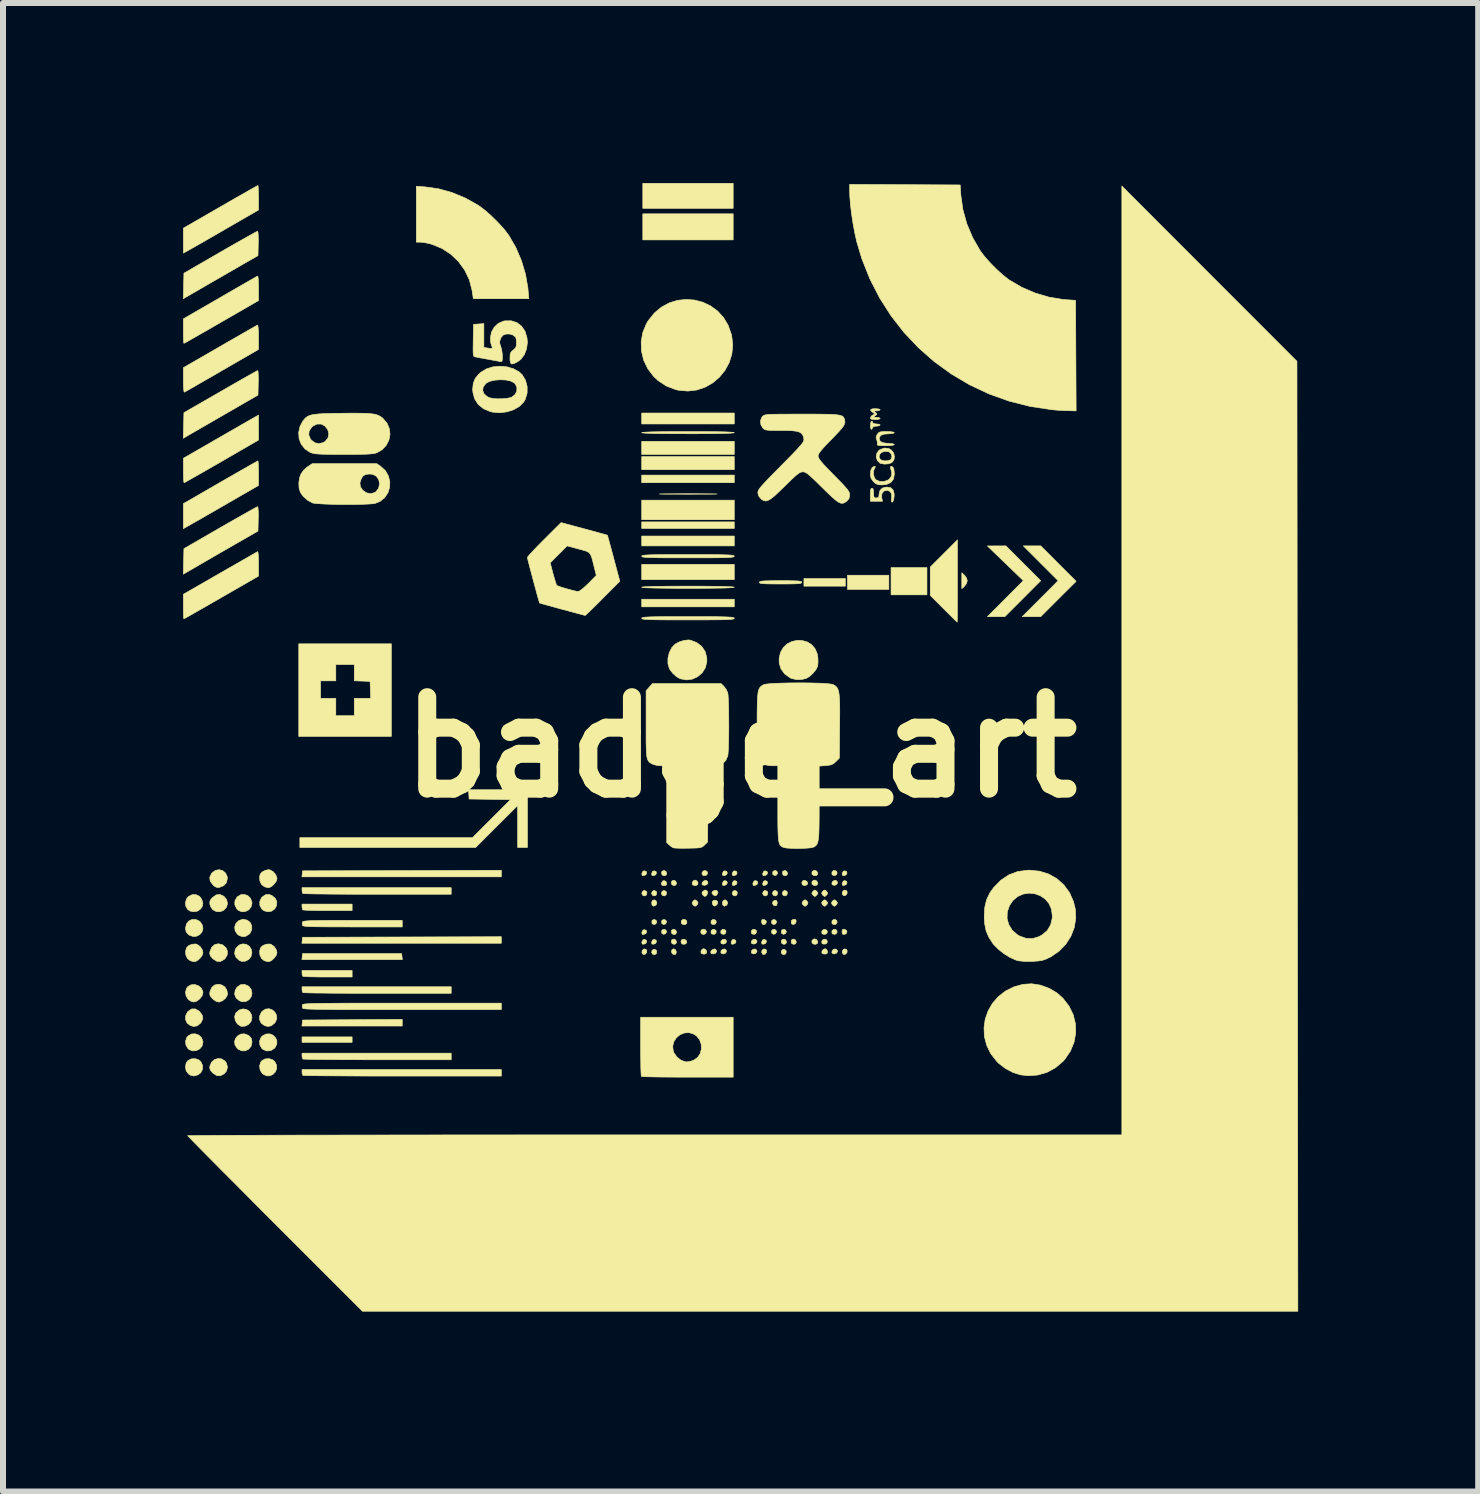
<source format=kicad_pcb>
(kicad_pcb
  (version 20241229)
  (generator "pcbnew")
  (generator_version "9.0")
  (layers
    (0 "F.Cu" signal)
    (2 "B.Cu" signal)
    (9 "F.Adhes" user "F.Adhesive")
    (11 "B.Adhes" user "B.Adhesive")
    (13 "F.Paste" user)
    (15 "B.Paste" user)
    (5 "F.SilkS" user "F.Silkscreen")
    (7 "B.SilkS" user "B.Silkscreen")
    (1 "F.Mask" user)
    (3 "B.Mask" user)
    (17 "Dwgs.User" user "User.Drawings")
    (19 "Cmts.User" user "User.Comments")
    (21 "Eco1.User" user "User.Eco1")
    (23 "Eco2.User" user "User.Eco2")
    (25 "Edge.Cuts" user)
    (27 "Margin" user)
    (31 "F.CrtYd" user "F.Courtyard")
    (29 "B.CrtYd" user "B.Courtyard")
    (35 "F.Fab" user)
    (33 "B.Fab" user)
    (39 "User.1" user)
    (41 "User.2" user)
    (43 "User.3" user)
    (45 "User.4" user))
  (footprint "badge_art"
    (layer "F.Cu")
    (at 9.295 9.403)
    (property "Reference" "badge_art" (at 0 0 0) (layer "F.SilkS") (effects (font (size 1.524 1.524) (thickness 0.3))))
    (attr exclude_from_pos_files exclude_from_bom)
    (fp_poly (pts (xy -6.477 4.917) (xy -7.312 4.917) (xy -7.312 4.826) (xy -6.477 4.826) (xy -6.477 4.917)) (stroke (width 0.01) (type solid)) (fill yes) (layer "F.SilkS"))
    (fp_poly (pts (xy -0.127 -8.981) (xy -1.633 -8.981) (xy -1.633 -9.398) (xy -0.127 -9.398) (xy -0.127 -8.981)) (stroke (width 0.01) (type solid)) (fill yes) (layer "F.SilkS"))
    (fp_poly (pts (xy -0.127 -8.455) (xy -1.633 -8.455) (xy -1.633 -8.89) (xy -0.127 -8.89) (xy -0.127 -8.455)) (stroke (width 0.01) (type solid)) (fill yes) (layer "F.SilkS"))
    (fp_poly (pts (xy -0.109 -5.388) (xy -1.651 -5.388) (xy -1.651 -5.57) (xy -0.109 -5.57) (xy -0.109 -5.388)) (stroke (width 0.01) (type solid)) (fill yes) (layer "F.SilkS"))
    (fp_poly (pts (xy -0.109 -4.88) (xy -1.651 -4.88) (xy -1.651 -5.098) (xy -0.109 -5.098) (xy -0.109 -4.88)) (stroke (width 0.01) (type solid)) (fill yes) (layer "F.SilkS"))
    (fp_poly (pts (xy -0.109 -4.626) (xy -1.651 -4.626) (xy -1.651 -4.844) (xy -0.109 -4.844) (xy -0.109 -4.626)) (stroke (width 0.01) (type solid)) (fill yes) (layer "F.SilkS"))
    (fp_poly (pts (xy -0.109 -4.409) (xy -1.651 -4.409) (xy -1.651 -4.536) (xy -0.109 -4.536) (xy -0.109 -4.409)) (stroke (width 0.01) (type solid)) (fill yes) (layer "F.SilkS"))
    (fp_poly (pts (xy -0.109 -3.792) (xy -1.651 -3.792) (xy -1.651 -4.118) (xy -0.109 -4.118) (xy -0.109 -3.792)) (stroke (width 0.01) (type solid)) (fill yes) (layer "F.SilkS"))
    (fp_poly (pts (xy -0.109 -3.647) (xy -1.651 -3.647) (xy -1.651 -3.756) (xy -0.109 -3.756) (xy -0.109 -3.647)) (stroke (width 0.01) (type solid)) (fill yes) (layer "F.SilkS"))
    (fp_poly (pts (xy -0.109 -3.356) (xy -1.651 -3.356) (xy -1.651 -3.52) (xy -0.109 -3.52) (xy -0.109 -3.356)) (stroke (width 0.01) (type solid)) (fill yes) (layer "F.SilkS"))
    (fp_poly (pts (xy -0.109 -2.794) (xy -1.651 -2.794) (xy -1.651 -3.048) (xy -0.109 -3.048) (xy -0.109 -2.794)) (stroke (width 0.01) (type solid)) (fill yes) (layer "F.SilkS"))
    (fp_poly (pts (xy -0.109 -2.34) (xy -1.651 -2.34) (xy -1.651 -2.467) (xy -0.109 -2.467) (xy -0.109 -2.34)) (stroke (width 0.01) (type solid)) (fill yes) (layer "F.SilkS"))
    (fp_poly (pts (xy 1.742 -2.685) (xy 1.052 -2.685) (xy 1.052 -2.812) (xy 1.742 -2.812) (xy 1.742 -2.685)) (stroke (width 0.01) (type solid)) (fill yes) (layer "F.SilkS"))
    (fp_poly (pts (xy 2.467 -2.631) (xy 1.778 -2.631) (xy 1.778 -2.867) (xy 2.467 -2.867) (xy 2.467 -2.631)) (stroke (width 0.01) (type solid)) (fill yes) (layer "F.SilkS"))
    (fp_poly (pts (xy 3.102 -2.54) (xy 2.504 -2.54) (xy 2.504 -2.994) (xy 3.102 -2.994) (xy 3.102 -2.54)) (stroke (width 0.01) (type solid)) (fill yes) (layer "F.SilkS"))
    (fp_poly (pts (xy -5.64 3.538) (xy -7.314 3.538) (xy -7.308 3.488) (xy -7.303 3.438) (xy -5.652 3.438) (xy -5.64 3.538)) (stroke (width 0.01) (type solid)) (fill yes) (layer "F.SilkS"))
    (fp_poly (pts (xy -3.991 3.266) (xy -7.314 3.266) (xy -7.308 3.216) (xy -7.303 3.166) (xy -3.991 3.157) (xy -3.991 3.266)) (stroke (width 0.01) (type solid)) (fill yes) (layer "F.SilkS"))
    (fp_poly (pts (xy -5.642 4.645) (xy -7.314 4.645) (xy -7.308 4.595) (xy -7.303 4.545) (xy -6.472 4.54) (xy -5.642 4.535) (xy -5.642 4.645)) (stroke (width 0.01) (type solid)) (fill yes) (layer "F.SilkS"))
    (fp_poly (pts (xy -3.991 2.159) (xy -7.314 2.159) (xy -7.308 2.109) (xy -7.303 2.059) (xy -5.647 2.055) (xy -3.991 2.05) (xy -3.991 2.159)) (stroke (width 0.01) (type solid)) (fill yes) (layer "F.SilkS"))
    (fp_poly (pts (xy 3.728 -2.867) (xy 3.762 -2.82) (xy 3.774 -2.776) (xy 3.76 -2.727) (xy 3.728 -2.685) (xy 3.683 -2.643) (xy 3.683 -2.909) (xy 3.728 -2.867)) (stroke (width 0.01) (type solid)) (fill yes) (layer "F.SilkS"))
    (fp_poly (pts (xy -1.576 2.071) (xy -1.568 2.097) (xy -1.582 2.124) (xy -1.612 2.138) (xy -1.643 2.136) (xy -1.649 2.113) (xy -1.648 2.101) (xy -1.63 2.066) (xy -1.606 2.059) (xy -1.576 2.071)) (stroke (width 0.01) (type solid)) (fill yes) (layer "F.SilkS"))
    (fp_poly (pts (xy -1.576 3.051) (xy -1.568 3.077) (xy -1.582 3.104) (xy -1.612 3.117) (xy -1.643 3.116) (xy -1.649 3.092) (xy -1.648 3.081) (xy -1.63 3.046) (xy -1.606 3.039) (xy -1.576 3.051)) (stroke (width 0.01) (type solid)) (fill yes) (layer "F.SilkS"))
    (fp_poly (pts (xy -1.576 3.214) (xy -1.568 3.24) (xy -1.582 3.267) (xy -1.612 3.281) (xy -1.643 3.279) (xy -1.649 3.256) (xy -1.648 3.244) (xy -1.63 3.209) (xy -1.606 3.202) (xy -1.576 3.214)) (stroke (width 0.01) (type solid)) (fill yes) (layer "F.SilkS"))
    (fp_poly (pts (xy -1.573 2.401) (xy -1.564 2.424) (xy -1.572 2.461) (xy -1.602 2.477) (xy -1.632 2.468) (xy -1.649 2.441) (xy -1.643 2.409) (xy -1.617 2.387) (xy -1.605 2.386) (xy -1.573 2.401)) (stroke (width 0.01) (type solid)) (fill yes) (layer "F.SilkS"))
    (fp_poly (pts (xy -1.412 2.071) (xy -1.405 2.097) (xy -1.418 2.124) (xy -1.448 2.138) (xy -1.479 2.136) (xy -1.486 2.113) (xy -1.485 2.101) (xy -1.467 2.066) (xy -1.442 2.059) (xy -1.412 2.071)) (stroke (width 0.01) (type solid)) (fill yes) (layer "F.SilkS"))
    (fp_poly (pts (xy -1.412 3.214) (xy -1.405 3.24) (xy -1.418 3.267) (xy -1.448 3.281) (xy -1.479 3.279) (xy -1.486 3.256) (xy -1.485 3.244) (xy -1.467 3.209) (xy -1.442 3.202) (xy -1.412 3.214)) (stroke (width 0.01) (type solid)) (fill yes) (layer "F.SilkS"))
    (fp_poly (pts (xy -1.41 2.401) (xy -1.401 2.424) (xy -1.409 2.461) (xy -1.438 2.477) (xy -1.468 2.468) (xy -1.486 2.441) (xy -1.479 2.409) (xy -1.454 2.387) (xy -1.442 2.386) (xy -1.41 2.401)) (stroke (width 0.01) (type solid)) (fill yes) (layer "F.SilkS"))
    (fp_poly (pts (xy -1.41 3.381) (xy -1.401 3.404) (xy -1.409 3.441) (xy -1.438 3.456) (xy -1.468 3.448) (xy -1.486 3.421) (xy -1.479 3.388) (xy -1.454 3.367) (xy -1.442 3.365) (xy -1.41 3.381)) (stroke (width 0.01) (type solid)) (fill yes) (layer "F.SilkS"))
    (fp_poly (pts (xy -1.246 2.401) (xy -1.237 2.424) (xy -1.246 2.461) (xy -1.275 2.477) (xy -1.305 2.468) (xy -1.323 2.441) (xy -1.316 2.409) (xy -1.29 2.387) (xy -1.279 2.386) (xy -1.246 2.401)) (stroke (width 0.01) (type solid)) (fill yes) (layer "F.SilkS"))
    (fp_poly (pts (xy -0.561 2.071) (xy -0.553 2.101) (xy -0.569 2.128) (xy -0.592 2.137) (xy -0.628 2.135) (xy -0.642 2.125) (xy -0.647 2.091) (xy -0.626 2.062) (xy -0.592 2.054) (xy -0.561 2.071)) (stroke (width 0.01) (type solid)) (fill yes) (layer "F.SilkS"))
    (fp_poly (pts (xy -0.414 2.888) (xy -0.409 2.919) (xy -0.426 2.946) (xy -0.447 2.954) (xy -0.482 2.948) (xy -0.495 2.934) (xy -0.495 2.895) (xy -0.469 2.871) (xy -0.442 2.87) (xy -0.414 2.888)) (stroke (width 0.01) (type solid)) (fill yes) (layer "F.SilkS"))
    (fp_poly (pts (xy -0.414 3.052) (xy -0.409 3.082) (xy -0.426 3.109) (xy -0.447 3.117) (xy -0.482 3.111) (xy -0.495 3.097) (xy -0.495 3.058) (xy -0.469 3.035) (xy -0.442 3.033) (xy -0.414 3.052)) (stroke (width 0.01) (type solid)) (fill yes) (layer "F.SilkS"))
    (fp_poly (pts (xy -0.251 3.052) (xy -0.246 3.082) (xy -0.263 3.109) (xy -0.283 3.117) (xy -0.318 3.111) (xy -0.332 3.097) (xy -0.332 3.058) (xy -0.306 3.035) (xy -0.279 3.033) (xy -0.251 3.052)) (stroke (width 0.01) (type solid)) (fill yes) (layer "F.SilkS"))
    (fp_poly (pts (xy -0.233 2.071) (xy -0.225 2.097) (xy -0.239 2.124) (xy -0.269 2.138) (xy -0.3 2.136) (xy -0.307 2.113) (xy -0.305 2.101) (xy -0.288 2.066) (xy -0.263 2.059) (xy -0.233 2.071)) (stroke (width 0.01) (type solid)) (fill yes) (layer "F.SilkS"))
    (fp_poly (pts (xy -0.233 2.234) (xy -0.225 2.26) (xy -0.239 2.287) (xy -0.269 2.301) (xy -0.3 2.3) (xy -0.307 2.276) (xy -0.305 2.265) (xy -0.288 2.23) (xy -0.263 2.222) (xy -0.233 2.234)) (stroke (width 0.01) (type solid)) (fill yes) (layer "F.SilkS"))
    (fp_poly (pts (xy -0.088 3.214) (xy -0.08 3.24) (xy -0.094 3.267) (xy -0.124 3.281) (xy -0.155 3.279) (xy -0.161 3.256) (xy -0.16 3.244) (xy -0.143 3.209) (xy -0.118 3.202) (xy -0.088 3.214)) (stroke (width 0.01) (type solid)) (fill yes) (layer "F.SilkS"))
    (fp_poly (pts (xy -0.07 2.071) (xy -0.062 2.097) (xy -0.076 2.124) (xy -0.106 2.138) (xy -0.137 2.136) (xy -0.143 2.113) (xy -0.142 2.101) (xy -0.124 2.066) (xy -0.1 2.059) (xy -0.07 2.071)) (stroke (width 0.01) (type solid)) (fill yes) (layer "F.SilkS"))
    (fp_poly (pts (xy -0.07 2.234) (xy -0.062 2.26) (xy -0.076 2.287) (xy -0.106 2.301) (xy -0.137 2.3) (xy -0.143 2.276) (xy -0.142 2.265) (xy -0.124 2.23) (xy -0.1 2.222) (xy -0.07 2.234)) (stroke (width 0.01) (type solid)) (fill yes) (layer "F.SilkS"))
    (fp_poly (pts (xy -0.067 2.401) (xy -0.058 2.424) (xy -0.066 2.461) (xy -0.096 2.477) (xy -0.126 2.468) (xy -0.143 2.441) (xy -0.137 2.409) (xy -0.111 2.387) (xy -0.1 2.386) (xy -0.067 2.401)) (stroke (width 0.01) (type solid)) (fill yes) (layer "F.SilkS"))
    (fp_poly (pts (xy 0.257 3.052) (xy 0.262 3.082) (xy 0.245 3.109) (xy 0.225 3.117) (xy 0.19 3.111) (xy 0.176 3.097) (xy 0.176 3.058) (xy 0.202 3.035) (xy 0.229 3.033) (xy 0.257 3.052)) (stroke (width 0.01) (type solid)) (fill yes) (layer "F.SilkS"))
    (fp_poly (pts (xy 0.275 2.234) (xy 0.283 2.26) (xy 0.269 2.287) (xy 0.239 2.301) (xy 0.208 2.3) (xy 0.201 2.276) (xy 0.203 2.265) (xy 0.22 2.23) (xy 0.245 2.222) (xy 0.275 2.234)) (stroke (width 0.01) (type solid)) (fill yes) (layer "F.SilkS"))
    (fp_poly (pts (xy 0.42 2.888) (xy 0.426 2.912) (xy 0.413 2.943) (xy 0.384 2.956) (xy 0.357 2.946) (xy 0.347 2.919) (xy 0.345 2.899) (xy 0.355 2.873) (xy 0.386 2.87) (xy 0.42 2.888)) (stroke (width 0.01) (type solid)) (fill yes) (layer "F.SilkS"))
    (fp_poly (pts (xy 0.42 3.214) (xy 0.428 3.24) (xy 0.414 3.267) (xy 0.384 3.281) (xy 0.353 3.279) (xy 0.347 3.256) (xy 0.348 3.244) (xy 0.365 3.209) (xy 0.39 3.202) (xy 0.42 3.214)) (stroke (width 0.01) (type solid)) (fill yes) (layer "F.SilkS"))
    (fp_poly (pts (xy 0.438 2.071) (xy 0.446 2.097) (xy 0.432 2.124) (xy 0.402 2.138) (xy 0.371 2.136) (xy 0.365 2.113) (xy 0.366 2.101) (xy 0.384 2.066) (xy 0.408 2.059) (xy 0.438 2.071)) (stroke (width 0.01) (type solid)) (fill yes) (layer "F.SilkS"))
    (fp_poly (pts (xy 0.438 2.234) (xy 0.446 2.26) (xy 0.432 2.287) (xy 0.402 2.301) (xy 0.371 2.3) (xy 0.365 2.276) (xy 0.366 2.265) (xy 0.384 2.23) (xy 0.408 2.222) (xy 0.438 2.234)) (stroke (width 0.01) (type solid)) (fill yes) (layer "F.SilkS"))
    (fp_poly (pts (xy 0.441 2.401) (xy 0.45 2.424) (xy 0.442 2.461) (xy 0.412 2.477) (xy 0.382 2.468) (xy 0.365 2.441) (xy 0.371 2.409) (xy 0.397 2.387) (xy 0.408 2.386) (xy 0.441 2.401)) (stroke (width 0.01) (type solid)) (fill yes) (layer "F.SilkS"))
    (fp_poly (pts (xy 0.6 2.56) (xy 0.608 2.593) (xy 0.598 2.634) (xy 0.571 2.643) (xy 0.547 2.633) (xy 0.528 2.604) (xy 0.535 2.572) (xy 0.561 2.551) (xy 0.572 2.549) (xy 0.6 2.56)) (stroke (width 0.01) (type solid)) (fill yes) (layer "F.SilkS"))
    (fp_poly (pts (xy 0.604 2.401) (xy 0.613 2.424) (xy 0.605 2.461) (xy 0.575 2.477) (xy 0.545 2.468) (xy 0.528 2.441) (xy 0.535 2.409) (xy 0.56 2.387) (xy 0.572 2.386) (xy 0.604 2.401)) (stroke (width 0.01) (type solid)) (fill yes) (layer "F.SilkS"))
    (fp_poly (pts (xy 0.749 3.381) (xy 0.758 3.404) (xy 0.75 3.441) (xy 0.721 3.456) (xy 0.691 3.448) (xy 0.673 3.421) (xy 0.68 3.388) (xy 0.705 3.367) (xy 0.717 3.365) (xy 0.749 3.381)) (stroke (width 0.01) (type solid)) (fill yes) (layer "F.SilkS"))
    (fp_poly (pts (xy 0.768 2.401) (xy 0.777 2.424) (xy 0.768 2.461) (xy 0.739 2.477) (xy 0.709 2.468) (xy 0.691 2.441) (xy 0.698 2.409) (xy 0.723 2.387) (xy 0.735 2.386) (xy 0.768 2.401)) (stroke (width 0.01) (type solid)) (fill yes) (layer "F.SilkS"))
    (fp_poly (pts (xy 0.919 2.876) (xy 0.922 2.907) (xy 0.906 2.94) (xy 0.877 2.954) (xy 0.85 2.945) (xy 0.842 2.932) (xy 0.841 2.892) (xy 0.869 2.869) (xy 0.891 2.867) (xy 0.919 2.876)) (stroke (width 0.01) (type solid)) (fill yes) (layer "F.SilkS"))
    (fp_poly (pts (xy 1.435 3.051) (xy 1.443 3.081) (xy 1.427 3.108) (xy 1.403 3.117) (xy 1.367 3.114) (xy 1.353 3.105) (xy 1.349 3.07) (xy 1.37 3.042) (xy 1.404 3.033) (xy 1.435 3.051)) (stroke (width 0.01) (type solid)) (fill yes) (layer "F.SilkS"))
    (fp_poly (pts (xy 1.435 3.214) (xy 1.443 3.244) (xy 1.427 3.271) (xy 1.403 3.28) (xy 1.367 3.278) (xy 1.353 3.268) (xy 1.349 3.234) (xy 1.37 3.205) (xy 1.404 3.197) (xy 1.435 3.214)) (stroke (width 0.01) (type solid)) (fill yes) (layer "F.SilkS"))
    (fp_poly (pts (xy 1.6 2.072) (xy 1.605 2.102) (xy 1.588 2.129) (xy 1.567 2.137) (xy 1.532 2.131) (xy 1.519 2.117) (xy 1.519 2.079) (xy 1.545 2.055) (xy 1.572 2.053) (xy 1.6 2.072)) (stroke (width 0.01) (type solid)) (fill yes) (layer "F.SilkS"))
    (fp_poly (pts (xy 1.6 2.888) (xy 1.605 2.919) (xy 1.588 2.946) (xy 1.567 2.954) (xy 1.532 2.948) (xy 1.519 2.934) (xy 1.519 2.895) (xy 1.545 2.871) (xy 1.572 2.87) (xy 1.6 2.888)) (stroke (width 0.01) (type solid)) (fill yes) (layer "F.SilkS"))
    (fp_poly (pts (xy 1.6 3.052) (xy 1.605 3.082) (xy 1.588 3.109) (xy 1.567 3.117) (xy 1.532 3.111) (xy 1.519 3.097) (xy 1.519 3.058) (xy 1.545 3.035) (xy 1.572 3.033) (xy 1.6 3.052)) (stroke (width 0.01) (type solid)) (fill yes) (layer "F.SilkS"))
    (fp_poly (pts (xy 1.763 2.071) (xy 1.77 2.097) (xy 1.757 2.124) (xy 1.727 2.138) (xy 1.696 2.136) (xy 1.689 2.113) (xy 1.69 2.101) (xy 1.708 2.066) (xy 1.733 2.059) (xy 1.763 2.071)) (stroke (width 0.01) (type solid)) (fill yes) (layer "F.SilkS"))
    (fp_poly (pts (xy 1.763 2.234) (xy 1.77 2.26) (xy 1.757 2.287) (xy 1.727 2.301) (xy 1.696 2.3) (xy 1.689 2.276) (xy 1.69 2.265) (xy 1.708 2.23) (xy 1.733 2.222) (xy 1.763 2.234)) (stroke (width 0.01) (type solid)) (fill yes) (layer "F.SilkS"))
    (fp_poly (pts (xy 4.998 -2.776) (xy 4.699 -2.476) (xy 4.4 -2.177) (xy 4.11 -2.177) (xy 4.409 -2.477) (xy 4.708 -2.777) (xy 4.409 -3.066) (xy 4.109 -3.355) (xy 4.418 -3.356) (xy 4.998 -2.776)) (stroke (width 0.01) (type solid)) (fill yes) (layer "F.SilkS"))
    (fp_poly (pts (xy -1.578 3.369) (xy -1.567 3.384) (xy -1.568 3.418) (xy -1.589 3.446) (xy -1.619 3.453) (xy -1.63 3.449) (xy -1.648 3.421) (xy -1.642 3.386) (xy -1.617 3.362) (xy -1.61 3.36) (xy -1.578 3.369)) (stroke (width 0.01) (type solid)) (fill yes) (layer "F.SilkS"))
    (fp_poly (pts (xy -1.413 2.882) (xy -1.4 2.91) (xy -1.4 2.916) (xy -1.419 2.945) (xy -1.45 2.954) (xy -1.477 2.939) (xy -1.481 2.93) (xy -1.481 2.895) (xy -1.473 2.881) (xy -1.442 2.869) (xy -1.413 2.882)) (stroke (width 0.01) (type solid)) (fill yes) (layer "F.SilkS"))
    (fp_poly (pts (xy -1.409 2.563) (xy -1.399 2.598) (xy -1.413 2.629) (xy -1.418 2.633) (xy -1.454 2.648) (xy -1.476 2.632) (xy -1.481 2.622) (xy -1.485 2.58) (xy -1.467 2.55) (xy -1.438 2.543) (xy -1.409 2.563)) (stroke (width 0.01) (type solid)) (fill yes) (layer "F.SilkS"))
    (fp_poly (pts (xy -1.249 2.882) (xy -1.236 2.91) (xy -1.237 2.916) (xy -1.256 2.945) (xy -1.287 2.954) (xy -1.313 2.939) (xy -1.318 2.93) (xy -1.318 2.895) (xy -1.31 2.881) (xy -1.279 2.869) (xy -1.249 2.882)) (stroke (width 0.01) (type solid)) (fill yes) (layer "F.SilkS"))
    (fp_poly (pts (xy -1.249 3.045) (xy -1.236 3.074) (xy -1.237 3.079) (xy -1.256 3.108) (xy -1.287 3.117) (xy -1.313 3.102) (xy -1.318 3.093) (xy -1.318 3.058) (xy -1.31 3.044) (xy -1.279 3.033) (xy -1.249 3.045)) (stroke (width 0.01) (type solid)) (fill yes) (layer "F.SilkS"))
    (fp_poly (pts (xy -1.248 2.068) (xy -1.234 2.102) (xy -1.234 2.104) (xy -1.247 2.132) (xy -1.276 2.141) (xy -1.307 2.13) (xy -1.318 2.112) (xy -1.318 2.077) (xy -1.31 2.065) (xy -1.278 2.053) (xy -1.248 2.068)) (stroke (width 0.01) (type solid)) (fill yes) (layer "F.SilkS"))
    (fp_poly (pts (xy -1.247 2.237) (xy -1.237 2.263) (xy -1.239 2.294) (xy -1.265 2.304) (xy -1.279 2.304) (xy -1.314 2.299) (xy -1.322 2.276) (xy -1.321 2.263) (xy -1.303 2.229) (xy -1.279 2.222) (xy -1.247 2.237)) (stroke (width 0.01) (type solid)) (fill yes) (layer "F.SilkS"))
    (fp_poly (pts (xy -1.111 3.36) (xy -1.085 3.379) (xy -1.074 3.412) (xy -1.082 3.443) (xy -1.095 3.453) (xy -1.128 3.449) (xy -1.144 3.437) (xy -1.157 3.402) (xy -1.146 3.372) (xy -1.118 3.359) (xy -1.111 3.36)) (stroke (width 0.01) (type solid)) (fill yes) (layer "F.SilkS"))
    (fp_poly (pts (xy -1.085 2.231) (xy -1.07 2.265) (xy -1.07 2.267) (xy -1.084 2.296) (xy -1.113 2.305) (xy -1.143 2.293) (xy -1.155 2.276) (xy -1.155 2.241) (xy -1.147 2.228) (xy -1.115 2.216) (xy -1.085 2.231)) (stroke (width 0.01) (type solid)) (fill yes) (layer "F.SilkS"))
    (fp_poly (pts (xy -1.085 3.047) (xy -1.07 3.081) (xy -1.07 3.084) (xy -1.084 3.112) (xy -1.113 3.121) (xy -1.143 3.109) (xy -1.155 3.092) (xy -1.155 3.057) (xy -1.147 3.044) (xy -1.115 3.032) (xy -1.085 3.047)) (stroke (width 0.01) (type solid)) (fill yes) (layer "F.SilkS"))
    (fp_poly (pts (xy -1.085 3.211) (xy -1.07 3.245) (xy -1.07 3.247) (xy -1.084 3.275) (xy -1.113 3.284) (xy -1.143 3.273) (xy -1.155 3.255) (xy -1.155 3.22) (xy -1.147 3.208) (xy -1.115 3.196) (xy -1.085 3.211)) (stroke (width 0.01) (type solid)) (fill yes) (layer "F.SilkS"))
    (fp_poly (pts (xy -0.935 3.201) (xy -0.907 3.223) (xy -0.9 3.254) (xy -0.901 3.258) (xy -0.925 3.279) (xy -0.962 3.283) (xy -0.986 3.272) (xy -0.998 3.239) (xy -0.983 3.207) (xy -0.97 3.2) (xy -0.935 3.201)) (stroke (width 0.01) (type solid)) (fill yes) (layer "F.SilkS"))
    (fp_poly (pts (xy -0.91 2.881) (xy -0.898 2.916) (xy -0.902 2.935) (xy -0.925 2.954) (xy -0.959 2.955) (xy -0.987 2.938) (xy -0.991 2.931) (xy -0.992 2.892) (xy -0.963 2.869) (xy -0.944 2.867) (xy -0.91 2.881)) (stroke (width 0.01) (type solid)) (fill yes) (layer "F.SilkS"))
    (fp_poly (pts (xy -0.73 2.228) (xy -0.713 2.26) (xy -0.718 2.288) (xy -0.742 2.302) (xy -0.762 2.304) (xy -0.796 2.296) (xy -0.806 2.288) (xy -0.81 2.254) (xy -0.789 2.224) (xy -0.762 2.213) (xy -0.73 2.228)) (stroke (width 0.01) (type solid)) (fill yes) (layer "F.SilkS"))
    (fp_poly (pts (xy -0.59 3.041) (xy -0.572 3.07) (xy -0.572 3.075) (xy -0.586 3.105) (xy -0.617 3.119) (xy -0.649 3.112) (xy -0.665 3.093) (xy -0.665 3.058) (xy -0.657 3.045) (xy -0.624 3.031) (xy -0.59 3.041)) (stroke (width 0.01) (type solid)) (fill yes) (layer "F.SilkS"))
    (fp_poly (pts (xy -0.585 3.371) (xy -0.568 3.403) (xy -0.573 3.431) (xy -0.597 3.445) (xy -0.617 3.447) (xy -0.651 3.439) (xy -0.661 3.431) (xy -0.664 3.397) (xy -0.644 3.367) (xy -0.617 3.356) (xy -0.585 3.371)) (stroke (width 0.01) (type solid)) (fill yes) (layer "F.SilkS"))
    (fp_poly (pts (xy -0.572 2.22) (xy -0.549 2.245) (xy -0.548 2.263) (xy -0.567 2.29) (xy -0.603 2.301) (xy -0.636 2.294) (xy -0.645 2.285) (xy -0.645 2.257) (xy -0.622 2.231) (xy -0.589 2.218) (xy -0.572 2.22)) (stroke (width 0.01) (type solid)) (fill yes) (layer "F.SilkS"))
    (fp_poly (pts (xy -0.569 2.386) (xy -0.555 2.406) (xy -0.556 2.441) (xy -0.575 2.473) (xy -0.599 2.486) (xy -0.62 2.473) (xy -0.635 2.458) (xy -0.648 2.429) (xy -0.635 2.404) (xy -0.6 2.379) (xy -0.569 2.386)) (stroke (width 0.01) (type solid)) (fill yes) (layer "F.SilkS"))
    (fp_poly (pts (xy -0.426 3.363) (xy -0.404 3.388) (xy -0.403 3.406) (xy -0.422 3.433) (xy -0.458 3.444) (xy -0.491 3.437) (xy -0.499 3.428) (xy -0.499 3.4) (xy -0.477 3.374) (xy -0.444 3.361) (xy -0.426 3.363)) (stroke (width 0.01) (type solid)) (fill yes) (layer "F.SilkS"))
    (fp_poly (pts (xy -0.411 2.551) (xy -0.384 2.575) (xy -0.389 2.61) (xy -0.403 2.627) (xy -0.434 2.647) (xy -0.459 2.634) (xy -0.471 2.614) (xy -0.476 2.577) (xy -0.454 2.552) (xy -0.416 2.549) (xy -0.411 2.551)) (stroke (width 0.01) (type solid)) (fill yes) (layer "F.SilkS"))
    (fp_poly (pts (xy -0.262 3.2) (xy -0.24 3.225) (xy -0.239 3.243) (xy -0.258 3.27) (xy -0.292 3.28) (xy -0.323 3.272) (xy -0.332 3.259) (xy -0.329 3.227) (xy -0.303 3.203) (xy -0.267 3.199) (xy -0.262 3.2)) (stroke (width 0.01) (type solid)) (fill yes) (layer "F.SilkS"))
    (fp_poly (pts (xy -0.262 3.363) (xy -0.24 3.388) (xy -0.239 3.406) (xy -0.258 3.433) (xy -0.292 3.444) (xy -0.323 3.435) (xy -0.332 3.422) (xy -0.329 3.39) (xy -0.303 3.366) (xy -0.267 3.362) (xy -0.262 3.363)) (stroke (width 0.01) (type solid)) (fill yes) (layer "F.SilkS"))
    (fp_poly (pts (xy -0.23 2.563) (xy -0.22 2.598) (xy -0.233 2.629) (xy -0.239 2.633) (xy -0.275 2.648) (xy -0.297 2.632) (xy -0.302 2.622) (xy -0.305 2.58) (xy -0.288 2.55) (xy -0.259 2.543) (xy -0.23 2.563)) (stroke (width 0.01) (type solid)) (fill yes) (layer "F.SilkS"))
    (fp_poly (pts (xy 0.246 3.2) (xy 0.268 3.225) (xy 0.269 3.243) (xy 0.25 3.27) (xy 0.216 3.28) (xy 0.185 3.272) (xy 0.176 3.259) (xy 0.179 3.227) (xy 0.205 3.203) (xy 0.241 3.199) (xy 0.246 3.2)) (stroke (width 0.01) (type solid)) (fill yes) (layer "F.SilkS"))
    (fp_poly (pts (xy 0.246 3.363) (xy 0.268 3.388) (xy 0.269 3.406) (xy 0.25 3.433) (xy 0.216 3.444) (xy 0.185 3.435) (xy 0.176 3.422) (xy 0.179 3.39) (xy 0.205 3.366) (xy 0.241 3.362) (xy 0.246 3.363)) (stroke (width 0.01) (type solid)) (fill yes) (layer "F.SilkS"))
    (fp_poly (pts (xy 0.418 3.369) (xy 0.429 3.384) (xy 0.428 3.418) (xy 0.407 3.446) (xy 0.376 3.453) (xy 0.366 3.449) (xy 0.348 3.421) (xy 0.353 3.386) (xy 0.379 3.362) (xy 0.386 3.36) (xy 0.418 3.369)) (stroke (width 0.01) (type solid)) (fill yes) (layer "F.SilkS"))
    (fp_poly (pts (xy 0.583 2.882) (xy 0.596 2.91) (xy 0.595 2.916) (xy 0.577 2.945) (xy 0.546 2.954) (xy 0.519 2.939) (xy 0.515 2.93) (xy 0.514 2.895) (xy 0.523 2.881) (xy 0.553 2.869) (xy 0.583 2.882)) (stroke (width 0.01) (type solid)) (fill yes) (layer "F.SilkS"))
    (fp_poly (pts (xy 0.583 3.045) (xy 0.596 3.074) (xy 0.595 3.079) (xy 0.577 3.108) (xy 0.546 3.117) (xy 0.519 3.102) (xy 0.515 3.093) (xy 0.514 3.058) (xy 0.523 3.044) (xy 0.553 3.033) (xy 0.583 3.045)) (stroke (width 0.01) (type solid)) (fill yes) (layer "F.SilkS"))
    (fp_poly (pts (xy 0.601 2.065) (xy 0.614 2.094) (xy 0.613 2.1) (xy 0.595 2.129) (xy 0.564 2.137) (xy 0.537 2.122) (xy 0.533 2.114) (xy 0.533 2.078) (xy 0.541 2.065) (xy 0.572 2.053) (xy 0.601 2.065)) (stroke (width 0.01) (type solid)) (fill yes) (layer "F.SilkS"))
    (fp_poly (pts (xy 0.746 3.045) (xy 0.759 3.074) (xy 0.759 3.079) (xy 0.74 3.108) (xy 0.709 3.117) (xy 0.682 3.102) (xy 0.678 3.093) (xy 0.678 3.058) (xy 0.686 3.044) (xy 0.717 3.033) (xy 0.746 3.045)) (stroke (width 0.01) (type solid)) (fill yes) (layer "F.SilkS"))
    (fp_poly (pts (xy 0.748 3.211) (xy 0.762 3.245) (xy 0.762 3.247) (xy 0.749 3.275) (xy 0.719 3.284) (xy 0.689 3.273) (xy 0.677 3.255) (xy 0.678 3.22) (xy 0.686 3.208) (xy 0.717 3.196) (xy 0.748 3.211)) (stroke (width 0.01) (type solid)) (fill yes) (layer "F.SilkS"))
    (fp_poly (pts (xy 0.766 2.068) (xy 0.78 2.102) (xy 0.78 2.104) (xy 0.767 2.132) (xy 0.737 2.141) (xy 0.707 2.13) (xy 0.696 2.112) (xy 0.696 2.077) (xy 0.704 2.065) (xy 0.736 2.053) (xy 0.766 2.068)) (stroke (width 0.01) (type solid)) (fill yes) (layer "F.SilkS"))
    (fp_poly (pts (xy 0.911 3.211) (xy 0.925 3.245) (xy 0.925 3.247) (xy 0.912 3.275) (xy 0.883 3.284) (xy 0.852 3.273) (xy 0.841 3.255) (xy 0.841 3.22) (xy 0.849 3.208) (xy 0.881 3.196) (xy 0.911 3.211)) (stroke (width 0.01) (type solid)) (fill yes) (layer "F.SilkS"))
    (fp_poly (pts (xy 1.079 2.221) (xy 1.107 2.243) (xy 1.114 2.274) (xy 1.113 2.278) (xy 1.088 2.299) (xy 1.052 2.303) (xy 1.028 2.292) (xy 1.016 2.259) (xy 1.031 2.228) (xy 1.043 2.22) (xy 1.079 2.221)) (stroke (width 0.01) (type solid)) (fill yes) (layer "F.SilkS"))
    (fp_poly (pts (xy 1.265 2.064) (xy 1.283 2.096) (xy 1.278 2.124) (xy 1.251 2.14) (xy 1.214 2.137) (xy 1.188 2.118) (xy 1.186 2.115) (xy 1.186 2.075) (xy 1.214 2.053) (xy 1.233 2.05) (xy 1.265 2.064)) (stroke (width 0.01) (type solid)) (fill yes) (layer "F.SilkS"))
    (fp_poly (pts (xy 1.265 2.228) (xy 1.283 2.26) (xy 1.278 2.288) (xy 1.251 2.303) (xy 1.214 2.3) (xy 1.188 2.281) (xy 1.186 2.278) (xy 1.186 2.238) (xy 1.214 2.216) (xy 1.233 2.213) (xy 1.265 2.228)) (stroke (width 0.01) (type solid)) (fill yes) (layer "F.SilkS"))
    (fp_poly (pts (xy 1.265 3.207) (xy 1.283 3.239) (xy 1.278 3.267) (xy 1.251 3.283) (xy 1.214 3.28) (xy 1.188 3.261) (xy 1.186 3.258) (xy 1.186 3.218) (xy 1.214 3.196) (xy 1.233 3.193) (xy 1.265 3.207)) (stroke (width 0.01) (type solid)) (fill yes) (layer "F.SilkS"))
    (fp_poly (pts (xy 1.431 3.371) (xy 1.445 3.403) (xy 1.441 3.431) (xy 1.415 3.445) (xy 1.377 3.444) (xy 1.351 3.428) (xy 1.352 3.4) (xy 1.373 3.371) (xy 1.404 3.357) (xy 1.406 3.356) (xy 1.431 3.371)) (stroke (width 0.01) (type solid)) (fill yes) (layer "F.SilkS"))
    (fp_poly (pts (xy 1.589 2.22) (xy 1.61 2.245) (xy 1.611 2.263) (xy 1.592 2.29) (xy 1.559 2.301) (xy 1.528 2.292) (xy 1.518 2.279) (xy 1.522 2.247) (xy 1.548 2.223) (xy 1.584 2.219) (xy 1.589 2.22)) (stroke (width 0.01) (type solid)) (fill yes) (layer "F.SilkS"))
    (fp_poly (pts (xy 1.589 3.363) (xy 1.61 3.388) (xy 1.611 3.406) (xy 1.592 3.433) (xy 1.559 3.444) (xy 1.528 3.435) (xy 1.518 3.422) (xy 1.522 3.39) (xy 1.548 3.366) (xy 1.584 3.362) (xy 1.589 3.363)) (stroke (width 0.01) (type solid)) (fill yes) (layer "F.SilkS"))
    (fp_poly (pts (xy 1.728 3.033) (xy 1.762 3.051) (xy 1.769 3.075) (xy 1.754 3.108) (xy 1.728 3.117) (xy 1.698 3.115) (xy 1.688 3.09) (xy 1.687 3.075) (xy 1.693 3.041) (xy 1.716 3.032) (xy 1.728 3.033)) (stroke (width 0.01) (type solid)) (fill yes) (layer "F.SilkS"))
    (fp_poly (pts (xy 1.761 2.389) (xy 1.771 2.404) (xy 1.771 2.439) (xy 1.749 2.466) (xy 1.719 2.473) (xy 1.708 2.469) (xy 1.69 2.441) (xy 1.696 2.406) (xy 1.721 2.382) (xy 1.728 2.38) (xy 1.761 2.389)) (stroke (width 0.01) (type solid)) (fill yes) (layer "F.SilkS"))
    (fp_poly (pts (xy 1.761 3.369) (xy 1.771 3.384) (xy 1.771 3.418) (xy 1.749 3.446) (xy 1.719 3.453) (xy 1.708 3.449) (xy 1.69 3.421) (xy 1.696 3.386) (xy 1.721 3.362) (xy 1.728 3.36) (xy 1.761 3.369)) (stroke (width 0.01) (type solid)) (fill yes) (layer "F.SilkS"))
    (fp_poly (pts (xy 5.293 -3.061) (xy 5.588 -2.766) (xy 5.293 -2.472) (xy 4.998 -2.177) (xy 4.69 -2.177) (xy 4.989 -2.476) (xy 5.288 -2.776) (xy 4.998 -3.066) (xy 4.708 -3.356) (xy 4.999 -3.356) (xy 5.293 -3.061)) (stroke (width 0.01) (type solid)) (fill yes) (layer "F.SilkS"))
    (fp_poly (pts (xy -0.398 2.389) (xy -0.381 2.415) (xy -0.381 2.419) (xy -0.394 2.452) (xy -0.406 2.466) (xy -0.433 2.476) (xy -0.462 2.456) (xy -0.482 2.43) (xy -0.475 2.409) (xy -0.465 2.399) (xy -0.431 2.382) (xy -0.398 2.389)) (stroke (width 0.01) (type solid)) (fill yes) (layer "F.SilkS"))
    (fp_poly (pts (xy -6.477 2.721) (xy -6.882 2.721) (xy -7 2.721) (xy -7.105 2.719) (xy -7.193 2.717) (xy -7.258 2.714) (xy -7.294 2.711) (xy -7.299 2.709) (xy -7.309 2.683) (xy -7.312 2.655) (xy -7.312 2.613) (xy -6.477 2.613) (xy -6.477 2.721)) (stroke (width 0.01) (type solid)) (fill yes) (layer "F.SilkS"))
    (fp_poly (pts (xy -6.477 3.828) (xy -6.882 3.828) (xy -7 3.828) (xy -7.105 3.826) (xy -7.193 3.824) (xy -7.258 3.821) (xy -7.294 3.818) (xy -7.299 3.816) (xy -7.309 3.79) (xy -7.312 3.762) (xy -7.312 3.719) (xy -6.477 3.719) (xy -6.477 3.828)) (stroke (width 0.01) (type solid)) (fill yes) (layer "F.SilkS"))
    (fp_poly (pts (xy -0.746 2.549) (xy -0.732 2.562) (xy -0.712 2.59) (xy -0.721 2.616) (xy -0.725 2.621) (xy -0.75 2.644) (xy -0.762 2.649) (xy -0.784 2.637) (xy -0.799 2.621) (xy -0.812 2.594) (xy -0.797 2.567) (xy -0.792 2.562) (xy -0.767 2.542) (xy -0.746 2.549)) (stroke (width 0.01) (type solid)) (fill yes) (layer "F.SilkS"))
    (fp_poly (pts (xy 1.087 2.549) (xy 1.101 2.562) (xy 1.12 2.59) (xy 1.111 2.616) (xy 1.107 2.621) (xy 1.082 2.644) (xy 1.07 2.649) (xy 1.049 2.637) (xy 1.033 2.621) (xy 1.02 2.594) (xy 1.035 2.567) (xy 1.04 2.562) (xy 1.066 2.542) (xy 1.087 2.549)) (stroke (width 0.01) (type solid)) (fill yes) (layer "F.SilkS"))
    (fp_poly (pts (xy 1.25 2.386) (xy 1.264 2.399) (xy 1.284 2.427) (xy 1.275 2.453) (xy 1.271 2.457) (xy 1.245 2.481) (xy 1.234 2.486) (xy 1.212 2.473) (xy 1.197 2.457) (xy 1.183 2.431) (xy 1.199 2.404) (xy 1.204 2.399) (xy 1.229 2.379) (xy 1.25 2.386)) (stroke (width 0.01) (type solid)) (fill yes) (layer "F.SilkS"))
    (fp_poly (pts (xy 1.413 2.386) (xy 1.427 2.399) (xy 1.447 2.427) (xy 1.438 2.453) (xy 1.434 2.457) (xy 1.409 2.481) (xy 1.397 2.486) (xy 1.375 2.473) (xy 1.36 2.457) (xy 1.347 2.431) (xy 1.362 2.404) (xy 1.367 2.399) (xy 1.392 2.379) (xy 1.413 2.386)) (stroke (width 0.01) (type solid)) (fill yes) (layer "F.SilkS"))
    (fp_poly (pts (xy 1.413 2.549) (xy 1.427 2.562) (xy 1.447 2.59) (xy 1.438 2.616) (xy 1.434 2.621) (xy 1.409 2.644) (xy 1.397 2.649) (xy 1.375 2.637) (xy 1.36 2.621) (xy 1.347 2.594) (xy 1.362 2.567) (xy 1.367 2.562) (xy 1.392 2.542) (xy 1.413 2.549)) (stroke (width 0.01) (type solid)) (fill yes) (layer "F.SilkS"))
    (fp_poly (pts (xy 1.577 2.549) (xy 1.59 2.562) (xy 1.61 2.59) (xy 1.601 2.616) (xy 1.597 2.621) (xy 1.572 2.644) (xy 1.56 2.649) (xy 1.539 2.637) (xy 1.523 2.621) (xy 1.51 2.594) (xy 1.525 2.567) (xy 1.53 2.562) (xy 1.556 2.542) (xy 1.577 2.549)) (stroke (width 0.01) (type solid)) (fill yes) (layer "F.SilkS"))
    (fp_poly (pts (xy -3.556 1.669) (xy -3.719 1.669) (xy -3.719 0.971) (xy -4.069 1.32) (xy -4.418 1.669) (xy -7.348 1.669) (xy -7.348 1.506) (xy -4.472 1.506) (xy -4.155 1.189) (xy -3.838 0.872) (xy -4.183 0.867) (xy -4.527 0.862) (xy -4.538 0.708) (xy -3.556 0.708) (xy -3.556 1.669)) (stroke (width 0.01) (type solid)) (fill yes) (layer "F.SilkS"))
    (fp_poly (pts (xy -9.077 2.457) (xy -9.019 2.485) (xy -8.983 2.534) (xy -8.964 2.599) (xy -8.976 2.655) (xy -9 2.692) (xy -9.05 2.729) (xy -9.114 2.741) (xy -9.177 2.729) (xy -9.217 2.703) (xy -9.248 2.649) (xy -9.254 2.584) (xy -9.235 2.523) (xy -9.205 2.487) (xy -9.142 2.456) (xy -9.077 2.457)) (stroke (width 0.01) (type solid)) (fill yes) (layer "F.SilkS"))
    (fp_poly (pts (xy -9.036 5.207) (xy -9 5.237) (xy -8.97 5.3) (xy -8.97 5.365) (xy -8.998 5.422) (xy -9.047 5.459) (xy -9.112 5.478) (xy -9.168 5.465) (xy -9.205 5.442) (xy -9.242 5.392) (xy -9.255 5.328) (xy -9.243 5.264) (xy -9.217 5.225) (xy -9.162 5.194) (xy -9.097 5.188) (xy -9.036 5.207)) (stroke (width 0.01) (type solid)) (fill yes) (layer "F.SilkS"))
    (fp_poly (pts (xy -8.238 3.285) (xy -8.188 3.318) (xy -8.155 3.373) (xy -8.147 3.422) (xy -8.161 3.486) (xy -8.2 3.535) (xy -8.254 3.564) (xy -8.315 3.568) (xy -8.355 3.553) (xy -8.411 3.503) (xy -8.435 3.441) (xy -8.426 3.375) (xy -8.407 3.341) (xy -8.356 3.294) (xy -8.297 3.276) (xy -8.238 3.285)) (stroke (width 0.01) (type solid)) (fill yes) (layer "F.SilkS"))
    (fp_poly (pts (xy -8.212 3.975) (xy -8.191 3.992) (xy -8.154 4.046) (xy -8.146 4.105) (xy -8.161 4.161) (xy -8.196 4.207) (xy -8.246 4.236) (xy -8.305 4.241) (xy -8.355 4.224) (xy -8.411 4.177) (xy -8.435 4.117) (xy -8.426 4.051) (xy -8.394 3.998) (xy -8.338 3.958) (xy -8.275 3.95) (xy -8.212 3.975)) (stroke (width 0.01) (type solid)) (fill yes) (layer "F.SilkS"))
    (fp_poly (pts (xy -7.814 2.47) (xy -7.756 2.518) (xy -7.731 2.578) (xy -7.739 2.644) (xy -7.766 2.692) (xy -7.817 2.73) (xy -7.88 2.741) (xy -7.943 2.725) (xy -7.98 2.698) (xy -8.014 2.638) (xy -8.016 2.571) (xy -7.988 2.508) (xy -7.975 2.494) (xy -7.917 2.456) (xy -7.856 2.454) (xy -7.814 2.47)) (stroke (width 0.01) (type solid)) (fill yes) (layer "F.SilkS"))
    (fp_poly (pts (xy -9.032 4.796) (xy -8.987 4.839) (xy -8.964 4.899) (xy -8.963 4.917) (xy -8.978 4.98) (xy -9.018 5.027) (xy -9.073 5.055) (xy -9.134 5.06) (xy -9.192 5.038) (xy -9.213 5.02) (xy -9.247 4.961) (xy -9.252 4.895) (xy -9.23 4.833) (xy -9.211 4.811) (xy -9.153 4.778) (xy -9.091 4.775) (xy -9.032 4.796)) (stroke (width 0.01) (type solid)) (fill yes) (layer "F.SilkS"))
    (fp_poly (pts (xy -9.03 4.394) (xy -9.016 4.407) (xy -8.973 4.468) (xy -8.966 4.529) (xy -8.996 4.588) (xy -9.003 4.597) (xy -9.059 4.642) (xy -9.118 4.652) (xy -9.173 4.637) (xy -9.226 4.597) (xy -9.252 4.54) (xy -9.252 4.476) (xy -9.222 4.414) (xy -9.208 4.399) (xy -9.151 4.361) (xy -9.091 4.36) (xy -9.03 4.394)) (stroke (width 0.01) (type solid)) (fill yes) (layer "F.SilkS"))
    (fp_poly (pts (xy -8.653 5.193) (xy -8.6 5.225) (xy -8.571 5.263) (xy -8.554 5.332) (xy -8.571 5.396) (xy -8.613 5.443) (xy -8.675 5.475) (xy -8.735 5.47) (xy -8.796 5.43) (xy -8.803 5.424) (xy -8.838 5.383) (xy -8.85 5.347) (xy -8.847 5.311) (xy -8.819 5.247) (xy -8.772 5.206) (xy -8.714 5.187) (xy -8.653 5.193)) (stroke (width 0.01) (type solid)) (fill yes) (layer "F.SilkS"))
    (fp_poly (pts (xy -8.635 2.055) (xy -8.588 2.094) (xy -8.56 2.152) (xy -8.556 2.186) (xy -8.572 2.256) (xy -8.617 2.306) (xy -8.685 2.333) (xy -8.728 2.336) (xy -8.764 2.321) (xy -8.799 2.29) (xy -8.842 2.229) (xy -8.85 2.169) (xy -8.822 2.107) (xy -8.811 2.093) (xy -8.756 2.052) (xy -8.694 2.04) (xy -8.635 2.055)) (stroke (width 0.01) (type solid)) (fill yes) (layer "F.SilkS"))
    (fp_poly (pts (xy -8.62 2.48) (xy -8.613 2.485) (xy -8.567 2.541) (xy -8.554 2.606) (xy -8.571 2.665) (xy -8.616 2.715) (xy -8.676 2.74) (xy -8.742 2.737) (xy -8.797 2.708) (xy -8.828 2.667) (xy -8.847 2.618) (xy -8.849 2.575) (xy -8.834 2.539) (xy -8.803 2.504) (xy -8.742 2.46) (xy -8.681 2.453) (xy -8.62 2.48)) (stroke (width 0.01) (type solid)) (fill yes) (layer "F.SilkS"))
    (fp_poly (pts (xy -8.237 4.369) (xy -8.187 4.402) (xy -8.154 4.457) (xy -8.146 4.509) (xy -8.162 4.57) (xy -8.203 4.618) (xy -8.259 4.647) (xy -8.32 4.65) (xy -8.339 4.645) (xy -8.391 4.608) (xy -8.424 4.553) (xy -8.435 4.491) (xy -8.42 4.435) (xy -8.413 4.425) (xy -8.359 4.378) (xy -8.297 4.36) (xy -8.237 4.369)) (stroke (width 0.01) (type solid)) (fill yes) (layer "F.SilkS"))
    (fp_poly (pts (xy -8.222 2.882) (xy -8.175 2.921) (xy -8.15 2.976) (xy -8.15 3.038) (xy -8.178 3.098) (xy -8.191 3.112) (xy -8.249 3.149) (xy -8.291 3.157) (xy -8.355 3.14) (xy -8.392 3.112) (xy -8.428 3.055) (xy -8.434 2.993) (xy -8.413 2.936) (xy -8.37 2.891) (xy -8.308 2.868) (xy -8.286 2.867) (xy -8.222 2.882)) (stroke (width 0.01) (type solid)) (fill yes) (layer "F.SilkS"))
    (fp_poly (pts (xy -8.215 2.473) (xy -8.171 2.516) (xy -8.148 2.578) (xy -8.146 2.6) (xy -8.161 2.662) (xy -8.2 2.709) (xy -8.254 2.736) (xy -8.314 2.741) (xy -8.371 2.719) (xy -8.399 2.692) (xy -8.432 2.626) (xy -8.43 2.559) (xy -8.396 2.498) (xy -8.392 2.494) (xy -8.335 2.458) (xy -8.273 2.452) (xy -8.215 2.473)) (stroke (width 0.01) (type solid)) (fill yes) (layer "F.SilkS"))
    (fp_poly (pts (xy -7.809 4.375) (xy -7.766 4.412) (xy -7.738 4.462) (xy -7.732 4.518) (xy -7.754 4.576) (xy -7.77 4.597) (xy -7.825 4.642) (xy -7.884 4.652) (xy -7.939 4.637) (xy -7.992 4.597) (xy -8.019 4.54) (xy -8.018 4.476) (xy -7.988 4.414) (xy -7.975 4.399) (xy -7.919 4.363) (xy -7.862 4.357) (xy -7.809 4.375)) (stroke (width 0.01) (type solid)) (fill yes) (layer "F.SilkS"))
    (fp_poly (pts (xy -7.802 5.207) (xy -7.766 5.237) (xy -7.736 5.297) (xy -7.735 5.357) (xy -7.757 5.41) (xy -7.797 5.451) (xy -7.848 5.475) (xy -7.904 5.475) (xy -7.961 5.447) (xy -7.975 5.435) (xy -8.01 5.378) (xy -8.019 5.312) (xy -8.002 5.25) (xy -7.983 5.225) (xy -7.929 5.194) (xy -7.864 5.188) (xy -7.802 5.207)) (stroke (width 0.01) (type solid)) (fill yes) (layer "F.SilkS"))
    (fp_poly (pts (xy -7.796 4.798) (xy -7.755 4.837) (xy -7.732 4.888) (xy -7.732 4.945) (xy -7.76 5.002) (xy -7.773 5.017) (xy -7.832 5.054) (xy -7.897 5.061) (xy -7.958 5.038) (xy -7.98 5.02) (xy -8.014 4.961) (xy -8.019 4.896) (xy -7.997 4.837) (xy -7.971 4.809) (xy -7.91 4.778) (xy -7.85 4.776) (xy -7.796 4.798)) (stroke (width 0.01) (type solid)) (fill yes) (layer "F.SilkS"))
    (fp_poly (pts (xy -4.826 2.449) (xy -6.057 2.449) (xy -6.265 2.449) (xy -6.462 2.449) (xy -6.646 2.448) (xy -6.813 2.447) (xy -6.96 2.445) (xy -7.085 2.444) (xy -7.184 2.442) (xy -7.254 2.44) (xy -7.293 2.438) (xy -7.299 2.437) (xy -7.309 2.411) (xy -7.312 2.383) (xy -7.312 2.34) (xy -4.826 2.34) (xy -4.826 2.449)) (stroke (width 0.01) (type solid)) (fill yes) (layer "F.SilkS"))
    (fp_poly (pts (xy -4.826 4.1) (xy -6.057 4.1) (xy -6.265 4.1) (xy -6.462 4.1) (xy -6.646 4.099) (xy -6.813 4.098) (xy -6.96 4.096) (xy -7.085 4.095) (xy -7.184 4.093) (xy -7.254 4.091) (xy -7.293 4.089) (xy -7.299 4.088) (xy -7.309 4.062) (xy -7.312 4.034) (xy -7.312 3.991) (xy -4.826 3.991) (xy -4.826 4.1)) (stroke (width 0.01) (type solid)) (fill yes) (layer "F.SilkS"))
    (fp_poly (pts (xy -4.826 5.207) (xy -6.057 5.207) (xy -6.265 5.207) (xy -6.462 5.206) (xy -6.646 5.206) (xy -6.813 5.204) (xy -6.96 5.203) (xy -7.085 5.202) (xy -7.184 5.2) (xy -7.254 5.198) (xy -7.293 5.196) (xy -7.299 5.195) (xy -7.309 5.169) (xy -7.312 5.14) (xy -7.312 5.098) (xy -4.826 5.098) (xy -4.826 5.207)) (stroke (width 0.01) (type solid)) (fill yes) (layer "F.SilkS"))
    (fp_poly (pts (xy -9.022 2.898) (xy -9.007 2.911) (xy -8.97 2.968) (xy -8.963 3.026) (xy -8.98 3.079) (xy -9.017 3.122) (xy -9.068 3.148) (xy -9.127 3.153) (xy -9.189 3.131) (xy -9.205 3.119) (xy -9.241 3.079) (xy -9.253 3.027) (xy -9.253 3.014) (xy -9.238 2.945) (xy -9.199 2.896) (xy -9.144 2.869) (xy -9.082 2.869) (xy -9.022 2.898)) (stroke (width 0.01) (type solid)) (fill yes) (layer "F.SilkS"))
    (fp_poly (pts (xy -8.639 3.291) (xy -8.635 3.293) (xy -8.58 3.339) (xy -8.555 3.398) (xy -8.559 3.462) (xy -8.594 3.521) (xy -8.613 3.538) (xy -8.675 3.57) (xy -8.735 3.565) (xy -8.796 3.525) (xy -8.803 3.519) (xy -8.838 3.478) (xy -8.85 3.442) (xy -8.847 3.407) (xy -8.818 3.335) (xy -8.77 3.29) (xy -8.708 3.274) (xy -8.639 3.291)) (stroke (width 0.01) (type solid)) (fill yes) (layer "F.SilkS"))
    (fp_poly (pts (xy -8.21 4.798) (xy -8.194 4.809) (xy -8.159 4.848) (xy -8.147 4.898) (xy -8.146 4.917) (xy -8.161 4.983) (xy -8.201 5.031) (xy -8.256 5.058) (xy -8.318 5.058) (xy -8.378 5.03) (xy -8.392 5.017) (xy -8.429 4.961) (xy -8.436 4.903) (xy -8.419 4.85) (xy -8.382 4.807) (xy -8.331 4.78) (xy -8.272 4.775) (xy -8.21 4.798)) (stroke (width 0.01) (type solid)) (fill yes) (layer "F.SilkS"))
    (fp_poly (pts (xy 3.61 -2.771) (xy 3.61 -2.617) (xy 3.61 -2.476) (xy 3.609 -2.35) (xy 3.609 -2.245) (xy 3.608 -2.163) (xy 3.607 -2.109) (xy 3.606 -2.087) (xy 3.606 -2.086) (xy 3.592 -2.099) (xy 3.557 -2.132) (xy 3.505 -2.184) (xy 3.44 -2.248) (xy 3.379 -2.309) (xy 3.157 -2.531) (xy 3.157 -3.003) (xy 3.61 -3.456) (xy 3.61 -2.771)) (stroke (width 0.01) (type solid)) (fill yes) (layer "F.SilkS"))
    (fp_poly (pts (xy -9.064 3.283) (xy -9.01 3.32) (xy -8.973 3.376) (xy -8.963 3.425) (xy -8.976 3.467) (xy -9.009 3.513) (xy -9.052 3.552) (xy -9.093 3.572) (xy -9.102 3.573) (xy -9.146 3.565) (xy -9.175 3.556) (xy -9.221 3.52) (xy -9.248 3.462) (xy -9.252 3.396) (xy -9.235 3.339) (xy -9.199 3.304) (xy -9.143 3.282) (xy -9.085 3.278) (xy -9.064 3.283)) (stroke (width 0.01) (type solid)) (fill yes) (layer "F.SilkS"))
    (fp_poly (pts (xy -9.04 3.973) (xy -8.992 4.012) (xy -8.965 4.068) (xy -8.963 4.094) (xy -8.978 4.143) (xy -9.016 4.192) (xy -9.066 4.23) (xy -9.116 4.245) (xy -9.116 4.245) (xy -9.162 4.233) (xy -9.207 4.202) (xy -9.208 4.201) (xy -9.244 4.144) (xy -9.253 4.078) (xy -9.236 4.017) (xy -9.217 3.991) (xy -9.162 3.959) (xy -9.1 3.954) (xy -9.04 3.973)) (stroke (width 0.01) (type solid)) (fill yes) (layer "F.SilkS"))
    (fp_poly (pts (xy -8.649 3.961) (xy -8.598 3.994) (xy -8.564 4.049) (xy -8.553 4.11) (xy -8.556 4.128) (xy -8.585 4.18) (xy -8.635 4.223) (xy -8.692 4.245) (xy -8.703 4.245) (xy -8.746 4.232) (xy -8.793 4.199) (xy -8.803 4.19) (xy -8.838 4.149) (xy -8.85 4.113) (xy -8.847 4.078) (xy -8.818 4.005) (xy -8.77 3.962) (xy -8.703 3.95) (xy -8.649 3.961)) (stroke (width 0.01) (type solid)) (fill yes) (layer "F.SilkS"))
    (fp_poly (pts (xy -7.83 3.283) (xy -7.777 3.32) (xy -7.74 3.376) (xy -7.729 3.425) (xy -7.742 3.467) (xy -7.776 3.513) (xy -7.818 3.552) (xy -7.859 3.572) (xy -7.868 3.573) (xy -7.912 3.565) (xy -7.941 3.556) (xy -7.987 3.52) (xy -8.014 3.462) (xy -8.019 3.396) (xy -8.001 3.339) (xy -7.965 3.304) (xy -7.909 3.282) (xy -7.851 3.278) (xy -7.83 3.283)) (stroke (width 0.01) (type solid)) (fill yes) (layer "F.SilkS"))
    (fp_poly (pts (xy -3.991 5.479) (xy -5.639 5.479) (xy -5.881 5.479) (xy -6.112 5.479) (xy -6.33 5.478) (xy -6.532 5.477) (xy -6.717 5.476) (xy -6.881 5.475) (xy -7.021 5.474) (xy -7.136 5.472) (xy -7.222 5.471) (xy -7.278 5.469) (xy -7.299 5.467) (xy -7.299 5.467) (xy -7.309 5.441) (xy -7.312 5.413) (xy -7.312 5.37) (xy -3.991 5.37) (xy -3.991 5.479)) (stroke (width 0.01) (type solid)) (fill yes) (layer "F.SilkS"))
    (fp_poly (pts (xy -7.847 2.043) (xy -7.794 2.072) (xy -7.751 2.121) (xy -7.73 2.178) (xy -7.729 2.19) (xy -7.742 2.233) (xy -7.776 2.279) (xy -7.818 2.318) (xy -7.859 2.339) (xy -7.868 2.339) (xy -7.912 2.332) (xy -7.941 2.322) (xy -7.987 2.286) (xy -8.014 2.227) (xy -8.019 2.159) (xy -8.008 2.114) (xy -7.978 2.079) (xy -7.927 2.052) (xy -7.872 2.04) (xy -7.847 2.043)) (stroke (width 0.01) (type solid)) (fill yes) (layer "F.SilkS"))
    (fp_poly (pts (xy -5.824 -0.181) (xy -7.366 -0.181) (xy -7.366 -1.107) (xy -7.003 -1.107) (xy -7.003 -0.816) (xy -6.749 -0.816) (xy -6.749 -0.526) (xy -6.441 -0.526) (xy -6.441 -0.816) (xy -6.167 -0.816) (xy -6.178 -1.098) (xy -6.309 -1.103) (xy -6.441 -1.108) (xy -6.441 -1.379) (xy -6.749 -1.379) (xy -6.749 -1.107) (xy -7.003 -1.107) (xy -7.366 -1.107) (xy -7.366 -1.724) (xy -5.824 -1.724) (xy -5.824 -0.181)) (stroke (width 0.01) (type solid)) (fill yes) (layer "F.SilkS"))
    (fp_poly (pts (xy 2.193 -5.43) (xy 2.195 -5.417) (xy 2.208 -5.396) (xy 2.249 -5.389) (xy 2.259 -5.388) (xy 2.301 -5.384) (xy 2.322 -5.373) (xy 2.322 -5.37) (xy 2.306 -5.358) (xy 2.267 -5.352) (xy 2.259 -5.352) (xy 2.212 -5.346) (xy 2.195 -5.327) (xy 2.195 -5.325) (xy 2.185 -5.301) (xy 2.177 -5.298) (xy 2.165 -5.314) (xy 2.159 -5.353) (xy 2.159 -5.36) (xy 2.164 -5.405) (xy 2.176 -5.433) (xy 2.177 -5.434) (xy 2.193 -5.43)) (stroke (width 0.01) (type solid)) (fill yes) (layer "F.SilkS"))
    (fp_poly (pts (xy -8.046 -8.583) (xy -8.042 -8.535) (xy -8.04 -8.464) (xy -8.041 -8.396) (xy -8.046 -8.193) (xy -8.319 -8.037) (xy -8.422 -7.977) (xy -8.547 -7.905) (xy -8.682 -7.827) (xy -8.817 -7.75) (xy -8.94 -7.678) (xy -9.29 -7.476) (xy -9.285 -7.688) (xy -9.28 -7.9) (xy -8.675 -8.25) (xy -8.54 -8.328) (xy -8.414 -8.4) (xy -8.302 -8.463) (xy -8.206 -8.517) (xy -8.131 -8.559) (xy -8.079 -8.587) (xy -8.054 -8.599) (xy -8.053 -8.6) (xy -8.046 -8.583)) (stroke (width 0.01) (type solid)) (fill yes) (layer "F.SilkS"))
    (fp_poly (pts (xy -8.046 -3.993) (xy -8.042 -3.947) (xy -8.04 -3.879) (xy -8.041 -3.806) (xy -8.046 -3.603) (xy -8.319 -3.446) (xy -8.422 -3.387) (xy -8.547 -3.315) (xy -8.683 -3.237) (xy -8.818 -3.159) (xy -8.94 -3.088) (xy -9.29 -2.885) (xy -9.285 -3.098) (xy -9.28 -3.31) (xy -8.674 -3.66) (xy -8.539 -3.738) (xy -8.413 -3.809) (xy -8.301 -3.873) (xy -8.205 -3.927) (xy -8.13 -3.969) (xy -8.078 -3.997) (xy -8.053 -4.009) (xy -8.052 -4.01) (xy -8.046 -3.993)) (stroke (width 0.01) (type solid)) (fill yes) (layer "F.SilkS"))
    (fp_poly (pts (xy -0.767 -4.225) (xy -0.601 -4.224) (xy -0.484 -4.223) (xy -0.423 -4.222) (xy -0.396 -4.221) (xy -0.403 -4.22) (xy -0.441 -4.219) (xy -0.509 -4.218) (xy -0.605 -4.218) (xy -0.728 -4.218) (xy -0.876 -4.217) (xy -0.88 -4.217) (xy -1.028 -4.218) (xy -1.151 -4.218) (xy -1.246 -4.218) (xy -1.314 -4.219) (xy -1.351 -4.22) (xy -1.357 -4.221) (xy -1.329 -4.222) (xy -1.267 -4.223) (xy -1.264 -4.223) (xy -1.113 -4.224) (xy -0.943 -4.225) (xy -0.767 -4.225)) (stroke (width 0.01) (type solid)) (fill yes) (layer "F.SilkS"))
    (fp_poly (pts (xy -8.045 -6.26) (xy -8.042 -6.215) (xy -8.04 -6.147) (xy -8.041 -6.073) (xy -8.046 -5.869) (xy -8.618 -5.539) (xy -8.751 -5.462) (xy -8.876 -5.39) (xy -8.989 -5.325) (xy -9.085 -5.269) (xy -9.162 -5.225) (xy -9.215 -5.194) (xy -9.24 -5.179) (xy -9.29 -5.15) (xy -9.28 -5.576) (xy -8.672 -5.926) (xy -8.537 -6.004) (xy -8.411 -6.076) (xy -8.299 -6.14) (xy -8.203 -6.194) (xy -8.128 -6.236) (xy -8.076 -6.265) (xy -8.052 -6.277) (xy -8.05 -6.277) (xy -8.045 -6.26)) (stroke (width 0.01) (type solid)) (fill yes) (layer "F.SilkS"))
    (fp_poly (pts (xy -8.043 -9.345) (xy -8.04 -9.299) (xy -8.038 -9.231) (xy -8.037 -9.158) (xy -8.037 -8.954) (xy -8.603 -8.627) (xy -8.736 -8.55) (xy -8.861 -8.478) (xy -8.974 -8.413) (xy -9.072 -8.357) (xy -9.15 -8.313) (xy -9.204 -8.282) (xy -9.229 -8.268) (xy -9.289 -8.236) (xy -9.289 -8.651) (xy -8.673 -9.006) (xy -8.537 -9.085) (xy -8.411 -9.157) (xy -8.298 -9.221) (xy -8.202 -9.276) (xy -8.126 -9.319) (xy -8.074 -9.348) (xy -8.049 -9.361) (xy -8.047 -9.362) (xy -8.043 -9.345)) (stroke (width 0.01) (type solid)) (fill yes) (layer "F.SilkS"))
    (fp_poly (pts (xy -8.043 -4.755) (xy -8.04 -4.709) (xy -8.038 -4.641) (xy -8.037 -4.567) (xy -8.037 -4.363) (xy -8.54 -4.073) (xy -8.669 -3.998) (xy -8.794 -3.926) (xy -8.91 -3.86) (xy -9.011 -3.801) (xy -9.093 -3.755) (xy -9.151 -3.722) (xy -9.166 -3.713) (xy -9.289 -3.644) (xy -9.289 -4.06) (xy -8.673 -4.416) (xy -8.537 -4.494) (xy -8.411 -4.567) (xy -8.298 -4.631) (xy -8.202 -4.686) (xy -8.126 -4.729) (xy -8.074 -4.758) (xy -8.049 -4.771) (xy -8.047 -4.772) (xy -8.043 -4.755)) (stroke (width 0.01) (type solid)) (fill yes) (layer "F.SilkS"))
    (fp_poly (pts (xy -8.037 -5.12) (xy -8.652 -4.764) (xy -8.788 -4.686) (xy -8.914 -4.613) (xy -9.027 -4.549) (xy -9.123 -4.494) (xy -9.199 -4.451) (xy -9.251 -4.422) (xy -9.276 -4.409) (xy -9.278 -4.409) (xy -9.282 -4.426) (xy -9.286 -4.472) (xy -9.288 -4.539) (xy -9.289 -4.613) (xy -9.288 -4.817) (xy -8.769 -5.116) (xy -8.639 -5.191) (xy -8.514 -5.263) (xy -8.399 -5.329) (xy -8.299 -5.387) (xy -8.218 -5.433) (xy -8.162 -5.465) (xy -8.143 -5.476) (xy -8.037 -5.536) (xy -8.037 -5.12)) (stroke (width 0.01) (type solid)) (fill yes) (layer "F.SilkS"))
    (fp_poly (pts (xy -0.84 -1.785) (xy -0.733 -1.744) (xy -0.65 -1.679) (xy -0.593 -1.593) (xy -0.567 -1.491) (xy -0.566 -1.424) (xy -0.591 -1.325) (xy -0.644 -1.241) (xy -0.718 -1.177) (xy -0.807 -1.136) (xy -0.905 -1.123) (xy -1.005 -1.141) (xy -1.016 -1.145) (xy -1.076 -1.181) (xy -1.137 -1.237) (xy -1.184 -1.299) (xy -1.19 -1.31) (xy -1.214 -1.392) (xy -1.214 -1.485) (xy -1.191 -1.579) (xy -1.149 -1.662) (xy -1.093 -1.72) (xy -1.026 -1.756) (xy -0.948 -1.78) (xy -0.874 -1.789) (xy -0.84 -1.785)) (stroke (width 0.01) (type solid)) (fill yes) (layer "F.SilkS"))
    (fp_poly (pts (xy -5.642 2.994) (xy -6.468 2.994) (xy -6.666 2.993) (xy -6.829 2.993) (xy -6.963 2.992) (xy -7.069 2.991) (xy -7.152 2.989) (xy -7.213 2.986) (xy -7.255 2.983) (xy -7.283 2.978) (xy -7.299 2.973) (xy -7.305 2.967) (xy -7.305 2.966) (xy -7.308 2.925) (xy -7.305 2.912) (xy -7.299 2.905) (xy -7.284 2.9) (xy -7.256 2.896) (xy -7.214 2.892) (xy -7.153 2.889) (xy -7.072 2.888) (xy -6.966 2.886) (xy -6.833 2.885) (xy -6.67 2.885) (xy -6.474 2.885) (xy -5.642 2.885) (xy -5.642 2.994)) (stroke (width 0.01) (type solid)) (fill yes) (layer "F.SilkS"))
    (fp_poly (pts (xy 1.021 -1.779) (xy 1.104 -1.757) (xy 1.177 -1.713) (xy 1.235 -1.647) (xy 1.273 -1.561) (xy 1.284 -1.496) (xy 1.287 -1.431) (xy 1.284 -1.375) (xy 1.281 -1.353) (xy 1.255 -1.298) (xy 1.207 -1.238) (xy 1.15 -1.184) (xy 1.094 -1.149) (xy 1.013 -1.129) (xy 0.924 -1.129) (xy 0.844 -1.147) (xy 0.826 -1.155) (xy 0.732 -1.222) (xy 0.67 -1.305) (xy 0.64 -1.404) (xy 0.639 -1.481) (xy 0.662 -1.582) (xy 0.708 -1.662) (xy 0.773 -1.723) (xy 0.85 -1.762) (xy 0.935 -1.781) (xy 1.021 -1.779)) (stroke (width 0.01) (type solid)) (fill yes) (layer "F.SilkS"))
    (fp_poly (pts (xy -8.047 -7.022) (xy -8.042 -6.978) (xy -8.038 -6.912) (xy -8.037 -6.836) (xy -8.037 -6.63) (xy -8.648 -6.277) (xy -8.783 -6.198) (xy -8.909 -6.126) (xy -9.022 -6.061) (xy -9.118 -6.005) (xy -9.194 -5.962) (xy -9.247 -5.932) (xy -9.272 -5.918) (xy -9.274 -5.918) (xy -9.28 -5.932) (xy -9.285 -5.976) (xy -9.288 -6.042) (xy -9.289 -6.119) (xy -9.289 -6.326) (xy -8.679 -6.678) (xy -8.543 -6.757) (xy -8.417 -6.829) (xy -8.304 -6.894) (xy -8.208 -6.949) (xy -8.132 -6.992) (xy -8.08 -7.022) (xy -8.054 -7.036) (xy -8.053 -7.036) (xy -8.047 -7.022)) (stroke (width 0.01) (type solid)) (fill yes) (layer "F.SilkS"))
    (fp_poly (pts (xy -8.046 -7.838) (xy -8.041 -7.795) (xy -8.038 -7.728) (xy -8.037 -7.651) (xy -8.037 -7.444) (xy -8.654 -7.088) (xy -8.791 -7.009) (xy -8.917 -6.936) (xy -9.03 -6.872) (xy -9.126 -6.817) (xy -9.201 -6.774) (xy -9.253 -6.745) (xy -9.279 -6.732) (xy -9.28 -6.731) (xy -9.284 -6.748) (xy -9.287 -6.794) (xy -9.289 -6.862) (xy -9.289 -6.936) (xy -9.289 -7.14) (xy -8.678 -7.493) (xy -8.542 -7.572) (xy -8.416 -7.645) (xy -8.303 -7.71) (xy -8.207 -7.765) (xy -8.131 -7.808) (xy -8.079 -7.838) (xy -8.054 -7.852) (xy -8.052 -7.853) (xy -8.046 -7.838)) (stroke (width 0.01) (type solid)) (fill yes) (layer "F.SilkS"))
    (fp_poly (pts (xy -8.046 -3.247) (xy -8.041 -3.203) (xy -8.038 -3.137) (xy -8.037 -3.061) (xy -8.037 -2.853) (xy -8.655 -2.497) (xy -8.791 -2.419) (xy -8.917 -2.346) (xy -9.03 -2.282) (xy -9.126 -2.227) (xy -9.202 -2.184) (xy -9.254 -2.155) (xy -9.279 -2.142) (xy -9.281 -2.141) (xy -9.284 -2.158) (xy -9.287 -2.204) (xy -9.289 -2.272) (xy -9.289 -2.345) (xy -9.289 -2.55) (xy -8.677 -2.902) (xy -8.541 -2.98) (xy -8.415 -3.052) (xy -8.302 -3.117) (xy -8.206 -3.172) (xy -8.13 -3.216) (xy -8.077 -3.246) (xy -8.052 -3.26) (xy -8.051 -3.261) (xy -8.046 -3.247)) (stroke (width 0.01) (type solid)) (fill yes) (layer "F.SilkS"))
    (fp_poly (pts (xy -0.67 -5.261) (xy -0.492 -5.26) (xy -0.347 -5.258) (xy -0.236 -5.255) (xy -0.159 -5.251) (xy -0.117 -5.247) (xy -0.109 -5.243) (xy -0.127 -5.238) (xy -0.18 -5.234) (xy -0.269 -5.231) (xy -0.391 -5.228) (xy -0.547 -5.226) (xy -0.735 -5.225) (xy -0.88 -5.225) (xy -1.09 -5.226) (xy -1.268 -5.227) (xy -1.413 -5.229) (xy -1.524 -5.232) (xy -1.601 -5.235) (xy -1.643 -5.24) (xy -1.651 -5.243) (xy -1.633 -5.248) (xy -1.579 -5.252) (xy -1.491 -5.256) (xy -1.369 -5.258) (xy -1.213 -5.26) (xy -1.024 -5.261) (xy -0.88 -5.261) (xy -0.67 -5.261)) (stroke (width 0.01) (type solid)) (fill yes) (layer "F.SilkS"))
    (fp_poly (pts (xy -0.67 -2.685) (xy -0.492 -2.683) (xy -0.347 -2.681) (xy -0.236 -2.678) (xy -0.159 -2.675) (xy -0.117 -2.67) (xy -0.109 -2.667) (xy -0.127 -2.662) (xy -0.18 -2.658) (xy -0.269 -2.654) (xy -0.391 -2.652) (xy -0.547 -2.65) (xy -0.735 -2.649) (xy -0.88 -2.649) (xy -1.09 -2.649) (xy -1.268 -2.651) (xy -1.413 -2.653) (xy -1.524 -2.656) (xy -1.601 -2.659) (xy -1.643 -2.664) (xy -1.651 -2.667) (xy -1.633 -2.672) (xy -1.579 -2.676) (xy -1.491 -2.68) (xy -1.369 -2.682) (xy -1.213 -2.684) (xy -1.024 -2.685) (xy -0.88 -2.685) (xy -0.67 -2.685)) (stroke (width 0.01) (type solid)) (fill yes) (layer "F.SilkS"))
    (fp_poly (pts (xy 0.786 -2.776) (xy 0.877 -2.774) (xy 0.942 -2.772) (xy 0.983 -2.768) (xy 1.006 -2.762) (xy 1.015 -2.753) (xy 1.016 -2.749) (xy 1.012 -2.739) (xy 0.995 -2.732) (xy 0.962 -2.727) (xy 0.909 -2.724) (xy 0.83 -2.722) (xy 0.721 -2.721) (xy 0.662 -2.721) (xy 0.539 -2.722) (xy 0.447 -2.723) (xy 0.383 -2.726) (xy 0.341 -2.73) (xy 0.318 -2.736) (xy 0.309 -2.744) (xy 0.308 -2.749) (xy 0.313 -2.758) (xy 0.329 -2.765) (xy 0.362 -2.77) (xy 0.416 -2.773) (xy 0.495 -2.775) (xy 0.603 -2.776) (xy 0.662 -2.776) (xy 0.786 -2.776)) (stroke (width 0.01) (type solid)) (fill yes) (layer "F.SilkS"))
    (fp_poly (pts (xy -5.255 -9.338) (xy -5.037 -9.307) (xy -4.814 -9.245) (xy -4.595 -9.155) (xy -4.389 -9.04) (xy -4.352 -9.016) (xy -4.259 -8.945) (xy -4.155 -8.853) (xy -4.051 -8.75) (xy -3.955 -8.646) (xy -3.879 -8.549) (xy -3.865 -8.529) (xy -3.75 -8.331) (xy -3.656 -8.111) (xy -3.588 -7.883) (xy -3.548 -7.655) (xy -3.545 -7.619) (xy -3.533 -7.475) (xy -4.457 -7.475) (xy -4.478 -7.614) (xy -4.523 -7.789) (xy -4.6 -7.95) (xy -4.704 -8.094) (xy -4.833 -8.217) (xy -4.982 -8.314) (xy -5.149 -8.382) (xy -5.181 -8.391) (xy -5.25 -8.406) (xy -5.314 -8.416) (xy -5.347 -8.418) (xy -5.407 -8.418) (xy -5.407 -9.349) (xy -5.255 -9.338)) (stroke (width 0.01) (type solid)) (fill yes) (layer "F.SilkS"))
    (fp_poly (pts (xy 2.289 -5.639) (xy 2.319 -5.63) (xy 2.322 -5.624) (xy 2.306 -5.612) (xy 2.268 -5.606) (xy 2.264 -5.606) (xy 2.227 -5.605) (xy 2.221 -5.598) (xy 2.242 -5.58) (xy 2.266 -5.559) (xy 2.262 -5.543) (xy 2.241 -5.526) (xy 2.219 -5.507) (xy 2.224 -5.5) (xy 2.261 -5.498) (xy 2.263 -5.498) (xy 2.303 -5.493) (xy 2.322 -5.481) (xy 2.322 -5.479) (xy 2.306 -5.468) (xy 2.265 -5.462) (xy 2.241 -5.461) (xy 2.186 -5.465) (xy 2.162 -5.477) (xy 2.159 -5.488) (xy 2.173 -5.516) (xy 2.197 -5.535) (xy 2.235 -5.555) (xy 2.197 -5.582) (xy 2.165 -5.611) (xy 2.167 -5.631) (xy 2.203 -5.641) (xy 2.241 -5.642) (xy 2.289 -5.639)) (stroke (width 0.01) (type solid)) (fill yes) (layer "F.SilkS"))
    (fp_poly (pts (xy 2.469 -4.977) (xy 2.51 -4.952) (xy 2.547 -4.904) (xy 2.561 -4.845) (xy 2.551 -4.788) (xy 2.518 -4.745) (xy 2.463 -4.724) (xy 2.395 -4.719) (xy 2.332 -4.73) (xy 2.317 -4.737) (xy 2.275 -4.78) (xy 2.258 -4.837) (xy 2.258 -4.839) (xy 2.304 -4.839) (xy 2.323 -4.798) (xy 2.358 -4.779) (xy 2.411 -4.772) (xy 2.464 -4.778) (xy 2.502 -4.796) (xy 2.504 -4.799) (xy 2.519 -4.841) (xy 2.507 -4.887) (xy 2.474 -4.921) (xy 2.456 -4.928) (xy 2.395 -4.931) (xy 2.345 -4.913) (xy 2.313 -4.88) (xy 2.304 -4.839) (xy 2.258 -4.839) (xy 2.266 -4.896) (xy 2.299 -4.945) (xy 2.324 -4.963) (xy 2.4 -4.987) (xy 2.469 -4.977)) (stroke (width 0.01) (type solid)) (fill yes) (layer "F.SilkS"))
    (fp_poly (pts (xy 4.995 3.964) (xy 5.14 4.017) (xy 5.273 4.097) (xy 5.368 4.182) (xy 5.47 4.314) (xy 5.54 4.458) (xy 5.577 4.609) (xy 5.581 4.763) (xy 5.553 4.916) (xy 5.493 5.063) (xy 5.4 5.199) (xy 5.368 5.235) (xy 5.243 5.341) (xy 5.101 5.418) (xy 4.946 5.462) (xy 4.784 5.473) (xy 4.663 5.459) (xy 4.537 5.42) (xy 4.411 5.353) (xy 4.299 5.268) (xy 4.266 5.235) (xy 4.165 5.105) (xy 4.097 4.966) (xy 4.06 4.821) (xy 4.053 4.675) (xy 4.073 4.531) (xy 4.121 4.394) (xy 4.194 4.267) (xy 4.291 4.156) (xy 4.411 4.062) (xy 4.552 3.992) (xy 4.7 3.951) (xy 4.846 3.941) (xy 4.995 3.964)) (stroke (width 0.01) (type solid)) (fill yes) (layer "F.SilkS"))
    (fp_poly (pts (xy -0.772 -7.453) (xy -0.634 -7.417) (xy -0.505 -7.356) (xy -0.389 -7.272) (xy -0.289 -7.163) (xy -0.211 -7.033) (xy -0.157 -6.88) (xy -0.152 -6.862) (xy -0.134 -6.705) (xy -0.149 -6.553) (xy -0.193 -6.411) (xy -0.263 -6.282) (xy -0.355 -6.168) (xy -0.467 -6.073) (xy -0.594 -6.001) (xy -0.734 -5.954) (xy -0.883 -5.936) (xy -1.037 -5.95) (xy -1.087 -5.961) (xy -1.242 -6.021) (xy -1.378 -6.11) (xy -1.453 -6.181) (xy -1.551 -6.31) (xy -1.619 -6.452) (xy -1.655 -6.604) (xy -1.66 -6.759) (xy -1.633 -6.912) (xy -1.573 -7.059) (xy -1.544 -7.107) (xy -1.442 -7.235) (xy -1.324 -7.334) (xy -1.194 -7.405) (xy -1.056 -7.448) (xy -0.914 -7.463) (xy -0.772 -7.453)) (stroke (width 0.01) (type solid)) (fill yes) (layer "F.SilkS"))
    (fp_poly (pts (xy 2.536 -4.669) (xy 2.552 -4.629) (xy 2.558 -4.559) (xy 2.558 -4.545) (xy 2.543 -4.468) (xy 2.5 -4.413) (xy 2.43 -4.381) (xy 2.356 -4.372) (xy 2.294 -4.376) (xy 2.252 -4.392) (xy 2.212 -4.425) (xy 2.172 -4.479) (xy 2.159 -4.538) (xy 2.159 -4.545) (xy 2.167 -4.614) (xy 2.189 -4.661) (xy 2.222 -4.681) (xy 2.225 -4.681) (xy 2.244 -4.676) (xy 2.233 -4.656) (xy 2.232 -4.654) (xy 2.212 -4.606) (xy 2.211 -4.545) (xy 2.228 -4.488) (xy 2.25 -4.459) (xy 2.312 -4.431) (xy 2.383 -4.428) (xy 2.45 -4.451) (xy 2.479 -4.473) (xy 2.512 -4.523) (xy 2.516 -4.582) (xy 2.495 -4.649) (xy 2.493 -4.675) (xy 2.509 -4.681) (xy 2.536 -4.669)) (stroke (width 0.01) (type solid)) (fill yes) (layer "F.SilkS"))
    (fp_poly (pts (xy -3.991 4.372) (xy -5.643 4.372) (xy -5.928 4.372) (xy -6.179 4.372) (xy -6.398 4.372) (xy -6.587 4.371) (xy -6.748 4.371) (xy -6.884 4.369) (xy -6.996 4.368) (xy -7.087 4.366) (xy -7.159 4.364) (xy -7.213 4.362) (xy -7.253 4.359) (xy -7.28 4.355) (xy -7.296 4.352) (xy -7.304 4.347) (xy -7.305 4.345) (xy -7.308 4.304) (xy -7.305 4.291) (xy -7.3 4.286) (xy -7.287 4.282) (xy -7.265 4.278) (xy -7.23 4.275) (xy -7.181 4.273) (xy -7.116 4.27) (xy -7.033 4.269) (xy -6.929 4.267) (xy -6.802 4.266) (xy -6.651 4.265) (xy -6.472 4.264) (xy -6.265 4.264) (xy -6.026 4.264) (xy -5.754 4.264) (xy -5.643 4.264) (xy -3.991 4.264) (xy -3.991 4.372)) (stroke (width 0.01) (type solid)) (fill yes) (layer "F.SilkS"))
    (fp_poly (pts (xy 2.497 -5.259) (xy 2.541 -5.253) (xy 2.558 -5.243) (xy 2.542 -5.232) (xy 2.501 -5.226) (xy 2.478 -5.225) (xy 2.39 -5.219) (xy 2.334 -5.199) (xy 2.309 -5.165) (xy 2.307 -5.14) (xy 2.321 -5.103) (xy 2.354 -5.08) (xy 2.413 -5.068) (xy 2.481 -5.064) (xy 2.528 -5.059) (xy 2.555 -5.049) (xy 2.558 -5.044) (xy 2.541 -5.035) (xy 2.495 -5.028) (xy 2.425 -5.026) (xy 2.411 -5.026) (xy 2.338 -5.027) (xy 2.295 -5.03) (xy 2.275 -5.038) (xy 2.274 -5.051) (xy 2.275 -5.053) (xy 2.275 -5.089) (xy 2.265 -5.125) (xy 2.254 -5.166) (xy 2.269 -5.206) (xy 2.275 -5.215) (xy 2.294 -5.24) (xy 2.319 -5.254) (xy 2.358 -5.26) (xy 2.423 -5.261) (xy 2.432 -5.261) (xy 2.497 -5.259)) (stroke (width 0.01) (type solid)) (fill yes) (layer "F.SilkS"))
    (fp_poly (pts (xy 2.499 -4.325) (xy 2.538 -4.288) (xy 2.555 -4.226) (xy 2.555 -4.181) (xy 2.546 -4.124) (xy 2.532 -4.091) (xy 2.525 -4.086) (xy 2.51 -4.09) (xy 2.509 -4.118) (xy 2.513 -4.142) (xy 2.515 -4.212) (xy 2.492 -4.259) (xy 2.446 -4.281) (xy 2.431 -4.282) (xy 2.38 -4.267) (xy 2.351 -4.227) (xy 2.347 -4.166) (xy 2.35 -4.154) (xy 2.361 -4.1) (xy 2.159 -4.1) (xy 2.159 -4.209) (xy 2.161 -4.272) (xy 2.168 -4.306) (xy 2.183 -4.318) (xy 2.186 -4.318) (xy 2.204 -4.307) (xy 2.212 -4.271) (xy 2.213 -4.236) (xy 2.215 -4.186) (xy 2.225 -4.162) (xy 2.247 -4.155) (xy 2.259 -4.155) (xy 2.29 -4.16) (xy 2.302 -4.182) (xy 2.304 -4.215) (xy 2.319 -4.279) (xy 2.36 -4.32) (xy 2.427 -4.336) (xy 2.434 -4.336) (xy 2.499 -4.325)) (stroke (width 0.01) (type solid)) (fill yes) (layer "F.SilkS"))
    (fp_poly (pts (xy -0.691 -3.211) (xy -0.534 -3.211) (xy -0.408 -3.21) (xy -0.309 -3.208) (xy -0.234 -3.206) (xy -0.18 -3.203) (xy -0.143 -3.2) (xy -0.121 -3.195) (xy -0.111 -3.189) (xy -0.109 -3.184) (xy -0.112 -3.177) (xy -0.125 -3.172) (xy -0.15 -3.167) (xy -0.191 -3.164) (xy -0.25 -3.161) (xy -0.331 -3.159) (xy -0.436 -3.158) (xy -0.57 -3.157) (xy -0.734 -3.157) (xy -0.88 -3.157) (xy -1.069 -3.157) (xy -1.226 -3.157) (xy -1.352 -3.158) (xy -1.451 -3.16) (xy -1.526 -3.162) (xy -1.58 -3.165) (xy -1.617 -3.168) (xy -1.639 -3.173) (xy -1.649 -3.179) (xy -1.651 -3.184) (xy -1.647 -3.191) (xy -1.635 -3.196) (xy -1.609 -3.201) (xy -1.569 -3.204) (xy -1.51 -3.207) (xy -1.429 -3.209) (xy -1.323 -3.21) (xy -1.19 -3.211) (xy -1.026 -3.211) (xy -0.88 -3.211) (xy -0.691 -3.211)) (stroke (width 0.01) (type solid)) (fill yes) (layer "F.SilkS"))
    (fp_poly (pts (xy -0.691 -2.177) (xy -0.534 -2.177) (xy -0.408 -2.176) (xy -0.309 -2.174) (xy -0.234 -2.172) (xy -0.18 -2.169) (xy -0.143 -2.166) (xy -0.121 -2.161) (xy -0.111 -2.155) (xy -0.109 -2.15) (xy -0.112 -2.143) (xy -0.125 -2.138) (xy -0.15 -2.133) (xy -0.191 -2.13) (xy -0.25 -2.127) (xy -0.331 -2.125) (xy -0.436 -2.124) (xy -0.57 -2.123) (xy -0.734 -2.123) (xy -0.88 -2.123) (xy -1.069 -2.123) (xy -1.226 -2.123) (xy -1.352 -2.124) (xy -1.451 -2.126) (xy -1.526 -2.128) (xy -1.58 -2.131) (xy -1.617 -2.134) (xy -1.639 -2.139) (xy -1.649 -2.145) (xy -1.651 -2.15) (xy -1.647 -2.157) (xy -1.635 -2.162) (xy -1.609 -2.167) (xy -1.569 -2.17) (xy -1.51 -2.173) (xy -1.429 -2.175) (xy -1.323 -2.176) (xy -1.19 -2.177) (xy -1.026 -2.177) (xy -0.88 -2.177) (xy -0.691 -2.177)) (stroke (width 0.01) (type solid)) (fill yes) (layer "F.SilkS"))
    (fp_poly (pts (xy -0.127 5.497) (xy -0.886 5.497) (xy -1.049 5.497) (xy -1.2 5.496) (xy -1.336 5.495) (xy -1.453 5.493) (xy -1.547 5.491) (xy -1.614 5.489) (xy -1.651 5.487) (xy -1.657 5.485) (xy -1.66 5.465) (xy -1.663 5.412) (xy -1.666 5.334) (xy -1.667 5.233) (xy -1.669 5.116) (xy -1.669 4.987) (xy -1.669 4.986) (xy -1.669 4.983) (xy -1.135 4.983) (xy -1.125 5.064) (xy -1.113 5.093) (xy -1.067 5.158) (xy -1.004 5.21) (xy -0.935 5.239) (xy -0.904 5.243) (xy -0.85 5.236) (xy -0.792 5.218) (xy -0.789 5.217) (xy -0.721 5.171) (xy -0.677 5.106) (xy -0.657 5.029) (xy -0.66 4.949) (xy -0.687 4.872) (xy -0.739 4.809) (xy -0.782 4.78) (xy -0.864 4.755) (xy -0.943 4.761) (xy -1.015 4.791) (xy -1.075 4.842) (xy -1.117 4.908) (xy -1.135 4.983) (xy -1.669 4.983) (xy -1.669 4.499) (xy -0.127 4.499) (xy -0.127 5.497)) (stroke (width 0.01) (type solid)) (fill yes) (layer "F.SilkS"))
    (fp_poly (pts (xy 3.656 -9.371) (xy 3.667 -9.198) (xy 3.701 -8.96) (xy 3.767 -8.722) (xy 3.865 -8.491) (xy 3.99 -8.274) (xy 3.992 -8.271) (xy 4.063 -8.178) (xy 4.154 -8.075) (xy 4.256 -7.972) (xy 4.359 -7.877) (xy 4.455 -7.801) (xy 4.478 -7.785) (xy 4.683 -7.665) (xy 4.904 -7.57) (xy 5.133 -7.502) (xy 5.361 -7.464) (xy 5.399 -7.46) (xy 5.579 -7.448) (xy 5.588 -5.606) (xy 5.457 -5.609) (xy 5.369 -5.612) (xy 5.267 -5.618) (xy 5.18 -5.626) (xy 4.819 -5.681) (xy 4.47 -5.769) (xy 4.135 -5.889) (xy 3.814 -6.04) (xy 3.511 -6.219) (xy 3.226 -6.425) (xy 2.962 -6.657) (xy 2.721 -6.912) (xy 2.504 -7.19) (xy 2.313 -7.489) (xy 2.15 -7.807) (xy 2.017 -8.142) (xy 1.932 -8.425) (xy 1.901 -8.565) (xy 1.872 -8.72) (xy 1.847 -8.882) (xy 1.828 -9.038) (xy 1.817 -9.178) (xy 1.814 -9.267) (xy 1.814 -9.38) (xy 3.656 -9.371)) (stroke (width 0.01) (type solid)) (fill yes) (layer "F.SilkS"))
    (fp_poly (pts (xy 7.809 -7.892) (xy 9.268 -6.432) (xy 9.275 1.483) (xy 9.283 9.398) (xy -6.305 9.398) (xy -7.761 7.942) (xy -7.952 7.751) (xy -8.135 7.567) (xy -8.31 7.391) (xy -8.474 7.226) (xy -8.627 7.073) (xy -8.765 6.934) (xy -8.888 6.81) (xy -8.994 6.703) (xy -9.081 6.614) (xy -9.148 6.545) (xy -9.193 6.498) (xy -9.215 6.475) (xy -9.217 6.472) (xy -9.199 6.471) (xy -9.146 6.471) (xy -9.059 6.47) (xy -8.939 6.469) (xy -8.787 6.468) (xy -8.606 6.467) (xy -8.395 6.466) (xy -8.156 6.466) (xy -7.889 6.465) (xy -7.598 6.464) (xy -7.281 6.463) (xy -6.942 6.463) (xy -6.58 6.462) (xy -6.197 6.462) (xy -5.794 6.461) (xy -5.373 6.461) (xy -4.934 6.46) (xy -4.478 6.46) (xy -4.008 6.46) (xy -3.523 6.459) (xy -3.026 6.459) (xy -2.517 6.459) (xy -1.997 6.459) (xy -1.468 6.459) (xy 6.35 6.459) (xy 6.35 -9.353) (xy 7.809 -7.892)) (stroke (width 0.01) (type solid)) (fill yes) (layer "F.SilkS"))
    (fp_poly (pts (xy -6.002 -4.682) (xy -5.923 -4.61) (xy -5.873 -4.523) (xy -5.849 -4.428) (xy -5.852 -4.333) (xy -5.88 -4.242) (xy -5.933 -4.162) (xy -6.009 -4.099) (xy -6.091 -4.065) (xy -6.136 -4.058) (xy -6.21 -4.053) (xy -6.307 -4.049) (xy -6.42 -4.047) (xy -6.542 -4.046) (xy -6.669 -4.046) (xy -6.792 -4.049) (xy -6.906 -4.052) (xy -7.005 -4.057) (xy -7.081 -4.063) (xy -7.13 -4.07) (xy -7.137 -4.072) (xy -7.221 -4.118) (xy -7.296 -4.186) (xy -7.34 -4.249) (xy -7.361 -4.319) (xy -7.365 -4.405) (xy -6.348 -4.405) (xy -6.338 -4.338) (xy -6.297 -4.28) (xy -6.235 -4.239) (xy -6.165 -4.227) (xy -6.1 -4.245) (xy -6.08 -4.259) (xy -6.036 -4.316) (xy -6.02 -4.388) (xy -6.033 -4.459) (xy -6.074 -4.518) (xy -6.135 -4.549) (xy -6.184 -4.554) (xy -6.25 -4.547) (xy -6.294 -4.522) (xy -6.323 -4.48) (xy -6.348 -4.405) (xy -7.365 -4.405) (xy -7.365 -4.405) (xy -7.352 -4.493) (xy -7.329 -4.555) (xy -7.291 -4.61) (xy -7.237 -4.662) (xy -7.217 -4.676) (xy -7.142 -4.726) (xy -6.066 -4.726) (xy -6.002 -4.682)) (stroke (width 0.01) (type solid)) (fill yes) (layer "F.SilkS"))
    (fp_poly (pts (xy -3.897 -6.34) (xy -3.786 -6.307) (xy -3.692 -6.254) (xy -3.641 -6.206) (xy -3.587 -6.114) (xy -3.56 -6.009) (xy -3.561 -5.901) (xy -3.592 -5.798) (xy -3.619 -5.752) (xy -3.689 -5.681) (xy -3.784 -5.626) (xy -3.896 -5.59) (xy -4.016 -5.575) (xy -4.135 -5.585) (xy -4.178 -5.595) (xy -4.29 -5.643) (xy -4.377 -5.715) (xy -4.436 -5.808) (xy -4.465 -5.918) (xy -4.467 -5.95) (xy -4.302 -5.95) (xy -4.281 -5.893) (xy -4.229 -5.845) (xy -4.191 -5.826) (xy -4.134 -5.813) (xy -4.055 -5.807) (xy -3.97 -5.808) (xy -3.889 -5.816) (xy -3.829 -5.83) (xy -3.819 -5.834) (xy -3.763 -5.877) (xy -3.733 -5.934) (xy -3.731 -5.996) (xy -3.757 -6.053) (xy -3.777 -6.073) (xy -3.837 -6.104) (xy -3.919 -6.121) (xy -4.012 -6.125) (xy -4.106 -6.117) (xy -4.188 -6.097) (xy -4.246 -6.065) (xy -4.291 -6.009) (xy -4.302 -5.95) (xy -4.467 -5.95) (xy -4.468 -5.968) (xy -4.458 -6.067) (xy -4.425 -6.147) (xy -4.365 -6.22) (xy -4.335 -6.247) (xy -4.243 -6.304) (xy -4.134 -6.339) (xy -4.016 -6.35) (xy -3.897 -6.34)) (stroke (width 0.01) (type solid)) (fill yes) (layer "F.SilkS"))
    (fp_poly (pts (xy -0.283 -1.017) (xy -0.245 -0.968) (xy -0.218 -0.91) (xy -0.218 -0.908) (xy -0.212 -0.869) (xy -0.208 -0.8) (xy -0.204 -0.708) (xy -0.202 -0.598) (xy -0.201 -0.476) (xy -0.2 -0.35) (xy -0.201 -0.226) (xy -0.203 -0.109) (xy -0.206 -0.007) (xy -0.21 0.075) (xy -0.215 0.13) (xy -0.218 0.146) (xy -0.252 0.222) (xy -0.307 0.272) (xy -0.387 0.299) (xy -0.435 0.305) (xy -0.543 0.313) (xy -0.548 0.945) (xy -0.553 1.578) (xy -0.604 1.628) (xy -0.626 1.649) (xy -0.649 1.663) (xy -0.679 1.672) (xy -0.725 1.678) (xy -0.792 1.68) (xy -0.876 1.682) (xy -0.964 1.683) (xy -1.04 1.682) (xy -1.097 1.679) (xy -1.125 1.675) (xy -1.125 1.675) (xy -1.158 1.656) (xy -1.193 1.627) (xy -1.234 1.59) (xy -1.234 0.308) (xy -1.325 0.308) (xy -1.391 0.303) (xy -1.45 0.289) (xy -1.469 0.281) (xy -1.499 0.266) (xy -1.522 0.249) (xy -1.541 0.228) (xy -1.555 0.199) (xy -1.565 0.158) (xy -1.571 0.1) (xy -1.575 0.022) (xy -1.578 -0.081) (xy -1.578 -0.211) (xy -1.578 -0.374) (xy -1.578 -0.943) (xy -1.525 -1.002) (xy -1.473 -1.061) (xy -0.329 -1.061) (xy -0.283 -1.017)) (stroke (width 0.01) (type solid)) (fill yes) (layer "F.SilkS"))
    (fp_poly (pts (xy -6.352 -5.567) (xy -6.249 -5.565) (xy -6.169 -5.559) (xy -6.106 -5.551) (xy -6.058 -5.538) (xy -6.02 -5.521) (xy -5.986 -5.499) (xy -5.967 -5.484) (xy -5.897 -5.404) (xy -5.857 -5.312) (xy -5.846 -5.215) (xy -5.864 -5.119) (xy -5.909 -5.031) (xy -5.98 -4.957) (xy -6.064 -4.909) (xy -6.091 -4.9) (xy -6.128 -4.893) (xy -6.179 -4.888) (xy -6.248 -4.884) (xy -6.341 -4.882) (xy -6.461 -4.881) (xy -6.613 -4.881) (xy -6.617 -4.881) (xy -6.765 -4.881) (xy -6.882 -4.882) (xy -6.971 -4.884) (xy -7.039 -4.887) (xy -7.088 -4.891) (xy -7.126 -4.898) (xy -7.155 -4.906) (xy -7.178 -4.915) (xy -7.264 -4.973) (xy -7.326 -5.052) (xy -7.361 -5.145) (xy -7.365 -5.206) (xy -7.2 -5.206) (xy -7.172 -5.138) (xy -7.156 -5.118) (xy -7.097 -5.074) (xy -7.028 -5.06) (xy -6.957 -5.078) (xy -6.925 -5.098) (xy -6.879 -5.155) (xy -6.865 -5.224) (xy -6.884 -5.296) (xy -6.933 -5.356) (xy -6.995 -5.387) (xy -7.064 -5.386) (xy -7.131 -5.352) (xy -7.15 -5.335) (xy -7.193 -5.272) (xy -7.2 -5.206) (xy -7.365 -5.206) (xy -7.368 -5.246) (xy -7.345 -5.348) (xy -7.307 -5.421) (xy -7.28 -5.46) (xy -7.251 -5.491) (xy -7.218 -5.515) (xy -7.175 -5.533) (xy -7.119 -5.546) (xy -7.044 -5.554) (xy -6.946 -5.56) (xy -6.822 -5.564) (xy -6.666 -5.566) (xy -6.645 -5.566) (xy -6.483 -5.568) (xy -6.352 -5.567)) (stroke (width 0.01) (type solid)) (fill yes) (layer "F.SilkS"))
    (fp_poly (pts (xy 4.979 2.065) (xy 5.132 2.113) (xy 5.269 2.191) (xy 5.385 2.295) (xy 5.478 2.422) (xy 5.544 2.571) (xy 5.574 2.693) (xy 5.582 2.85) (xy 5.557 3.004) (xy 5.5 3.15) (xy 5.416 3.282) (xy 5.305 3.397) (xy 5.171 3.489) (xy 5.143 3.503) (xy 5.081 3.532) (xy 5.027 3.55) (xy 4.967 3.56) (xy 4.89 3.566) (xy 4.848 3.568) (xy 4.727 3.568) (xy 4.635 3.559) (xy 4.587 3.547) (xy 4.49 3.504) (xy 4.387 3.441) (xy 4.291 3.365) (xy 4.214 3.287) (xy 4.205 3.275) (xy 4.134 3.167) (xy 4.088 3.059) (xy 4.064 2.941) (xy 4.059 2.851) (xy 4.437 2.851) (xy 4.465 2.954) (xy 4.522 3.047) (xy 4.605 3.121) (xy 4.645 3.145) (xy 4.754 3.184) (xy 4.862 3.188) (xy 4.968 3.156) (xy 5.019 3.128) (xy 5.106 3.055) (xy 5.163 2.961) (xy 5.19 2.848) (xy 5.191 2.805) (xy 5.176 2.694) (xy 5.134 2.601) (xy 5.07 2.527) (xy 4.99 2.473) (xy 4.899 2.441) (xy 4.803 2.431) (xy 4.707 2.446) (xy 4.616 2.485) (xy 4.536 2.552) (xy 4.477 2.638) (xy 4.441 2.743) (xy 4.437 2.851) (xy 4.059 2.851) (xy 4.057 2.812) (xy 4.066 2.666) (xy 4.096 2.541) (xy 4.149 2.429) (xy 4.216 2.335) (xy 4.335 2.214) (xy 4.467 2.126) (xy 4.614 2.071) (xy 4.777 2.049) (xy 4.811 2.048) (xy 4.979 2.065)) (stroke (width 0.01) (type solid)) (fill yes) (layer "F.SilkS"))
    (fp_poly (pts (xy -3.731 -7.077) (xy -3.654 -7.018) (xy -3.597 -6.935) (xy -3.564 -6.83) (xy -3.556 -6.748) (xy -3.57 -6.64) (xy -3.608 -6.542) (xy -3.666 -6.465) (xy -3.717 -6.426) (xy -3.779 -6.394) (xy -3.818 -6.387) (xy -3.838 -6.406) (xy -3.846 -6.454) (xy -3.846 -6.483) (xy -3.844 -6.542) (xy -3.833 -6.579) (xy -3.809 -6.606) (xy -3.792 -6.619) (xy -3.755 -6.653) (xy -3.74 -6.692) (xy -3.738 -6.736) (xy -3.741 -6.789) (xy -3.748 -6.826) (xy -3.751 -6.833) (xy -3.795 -6.869) (xy -3.858 -6.888) (xy -3.913 -6.886) (xy -3.962 -6.868) (xy -3.993 -6.832) (xy -4.002 -6.812) (xy -4.018 -6.764) (xy -4.016 -6.725) (xy -4.001 -6.683) (xy -3.985 -6.626) (xy -3.975 -6.554) (xy -3.973 -6.518) (xy -3.974 -6.461) (xy -3.98 -6.433) (xy -3.994 -6.425) (xy -4.014 -6.428) (xy -4.05 -6.436) (xy -4.111 -6.447) (xy -4.186 -6.461) (xy -4.218 -6.467) (xy -4.296 -6.481) (xy -4.364 -6.493) (xy -4.412 -6.503) (xy -4.423 -6.505) (xy -4.439 -6.51) (xy -4.45 -6.519) (xy -4.457 -6.539) (xy -4.46 -6.574) (xy -4.461 -6.631) (xy -4.46 -6.716) (xy -4.459 -6.781) (xy -4.454 -7.048) (xy -4.368 -7.054) (xy -4.282 -7.06) (xy -4.282 -6.663) (xy -4.215 -6.652) (xy -4.163 -6.646) (xy -4.142 -6.652) (xy -4.144 -6.673) (xy -4.153 -6.692) (xy -4.165 -6.732) (xy -4.172 -6.79) (xy -4.173 -6.818) (xy -4.156 -6.915) (xy -4.11 -6.999) (xy -4.041 -7.064) (xy -3.953 -7.102) (xy -3.933 -7.106) (xy -3.826 -7.107) (xy -3.731 -7.077)) (stroke (width 0.01) (type solid)) (fill yes) (layer "F.SilkS"))
    (fp_poly (pts (xy -2.61 -3.641) (xy -2.498 -3.611) (xy -2.398 -3.583) (xy -2.317 -3.561) (xy -2.257 -3.544) (xy -2.226 -3.535) (xy -2.222 -3.533) (xy -2.217 -3.515) (xy -2.204 -3.467) (xy -2.184 -3.394) (xy -2.159 -3.302) (xy -2.13 -3.195) (xy -2.118 -3.148) (xy -2.016 -2.767) (xy -2.301 -2.481) (xy -2.383 -2.398) (xy -2.457 -2.325) (xy -2.519 -2.265) (xy -2.565 -2.222) (xy -2.59 -2.199) (xy -2.594 -2.197) (xy -2.614 -2.202) (xy -2.663 -2.215) (xy -2.737 -2.235) (xy -2.83 -2.26) (xy -2.937 -2.289) (xy -2.975 -2.299) (xy -3.086 -2.329) (xy -3.183 -2.356) (xy -3.264 -2.378) (xy -3.321 -2.395) (xy -3.35 -2.403) (xy -3.353 -2.404) (xy -3.359 -2.423) (xy -3.373 -2.47) (xy -3.393 -2.539) (xy -3.416 -2.626) (xy -3.442 -2.722) (xy -3.469 -2.822) (xy -3.495 -2.92) (xy -3.519 -3.009) (xy -3.535 -3.074) (xy -3.176 -3.074) (xy -3.129 -2.893) (xy -3.107 -2.816) (xy -3.088 -2.753) (xy -3.074 -2.711) (xy -3.068 -2.698) (xy -3.044 -2.687) (xy -2.996 -2.67) (xy -2.931 -2.65) (xy -2.86 -2.63) (xy -2.793 -2.612) (xy -2.739 -2.6) (xy -2.712 -2.596) (xy -2.68 -2.609) (xy -2.63 -2.647) (xy -2.564 -2.707) (xy -2.541 -2.729) (xy -2.408 -2.864) (xy -2.446 -3.016) (xy -2.469 -3.11) (xy -2.488 -3.176) (xy -2.509 -3.22) (xy -2.536 -3.249) (xy -2.577 -3.269) (xy -2.637 -3.287) (xy -2.705 -3.305) (xy -2.894 -3.356) (xy -3.176 -3.074) (xy -3.535 -3.074) (xy -3.538 -3.083) (xy -3.551 -3.137) (xy -3.556 -3.163) (xy -3.556 -3.163) (xy -3.544 -3.182) (xy -3.509 -3.222) (xy -3.456 -3.279) (xy -3.389 -3.35) (xy -3.31 -3.43) (xy -3.276 -3.464) (xy -2.995 -3.744) (xy -2.61 -3.641)) (stroke (width 0.01) (type solid)) (fill yes) (layer "F.SilkS"))
    (fp_poly (pts (xy 1.065 -1.073) (xy 1.19 -1.071) (xy 1.306 -1.068) (xy 1.405 -1.063) (xy 1.481 -1.056) (xy 1.53 -1.048) (xy 1.541 -1.044) (xy 1.571 -1.026) (xy 1.595 -1.006) (xy 1.614 -0.978) (xy 1.628 -0.939) (xy 1.638 -0.886) (xy 1.644 -0.813) (xy 1.648 -0.719) (xy 1.649 -0.597) (xy 1.648 -0.445) (xy 1.647 -0.354) (xy 1.642 0.181) (xy 1.584 0.239) (xy 1.544 0.273) (xy 1.503 0.293) (xy 1.446 0.302) (xy 1.416 0.305) (xy 1.306 0.313) (xy 1.306 0.928) (xy 1.306 1.105) (xy 1.305 1.25) (xy 1.303 1.365) (xy 1.3 1.454) (xy 1.294 1.522) (xy 1.285 1.572) (xy 1.274 1.607) (xy 1.258 1.632) (xy 1.239 1.649) (xy 1.215 1.662) (xy 1.207 1.666) (xy 1.168 1.675) (xy 1.103 1.681) (xy 1.021 1.685) (xy 0.932 1.686) (xy 0.847 1.684) (xy 0.774 1.68) (xy 0.724 1.672) (xy 0.714 1.669) (xy 0.689 1.658) (xy 0.669 1.645) (xy 0.653 1.627) (xy 0.641 1.599) (xy 0.631 1.558) (xy 0.625 1.501) (xy 0.621 1.424) (xy 0.618 1.323) (xy 0.617 1.194) (xy 0.617 1.035) (xy 0.617 0.939) (xy 0.617 0.308) (xy 0.525 0.308) (xy 0.459 0.303) (xy 0.399 0.289) (xy 0.38 0.281) (xy 0.351 0.264) (xy 0.327 0.245) (xy 0.309 0.22) (xy 0.295 0.184) (xy 0.286 0.135) (xy 0.279 0.067) (xy 0.275 -0.023) (xy 0.273 -0.14) (xy 0.272 -0.286) (xy 0.272 -0.381) (xy 0.272 -0.546) (xy 0.274 -0.678) (xy 0.276 -0.782) (xy 0.282 -0.862) (xy 0.289 -0.921) (xy 0.301 -0.964) (xy 0.317 -0.994) (xy 0.337 -1.016) (xy 0.363 -1.034) (xy 0.38 -1.043) (xy 0.416 -1.052) (xy 0.482 -1.059) (xy 0.573 -1.065) (xy 0.682 -1.069) (xy 0.805 -1.072) (xy 0.934 -1.073) (xy 1.065 -1.073)) (stroke (width 0.01) (type solid)) (fill yes) (layer "F.SilkS"))
    (fp_poly (pts (xy 1.197 -5.552) (xy 1.339 -5.551) (xy 1.453 -5.549) (xy 1.541 -5.546) (xy 1.607 -5.54) (xy 1.654 -5.532) (xy 1.686 -5.521) (xy 1.707 -5.507) (xy 1.72 -5.488) (xy 1.728 -5.465) (xy 1.731 -5.452) (xy 1.735 -5.423) (xy 1.731 -5.394) (xy 1.715 -5.36) (xy 1.684 -5.317) (xy 1.635 -5.261) (xy 1.565 -5.187) (xy 1.495 -5.115) (xy 1.413 -5.031) (xy 1.356 -4.967) (xy 1.318 -4.92) (xy 1.296 -4.886) (xy 1.288 -4.859) (xy 1.288 -4.853) (xy 1.293 -4.831) (xy 1.308 -4.802) (xy 1.338 -4.762) (xy 1.385 -4.708) (xy 1.452 -4.637) (xy 1.542 -4.545) (xy 1.551 -4.536) (xy 1.64 -4.445) (xy 1.707 -4.376) (xy 1.754 -4.323) (xy 1.785 -4.285) (xy 1.803 -4.255) (xy 1.812 -4.23) (xy 1.814 -4.206) (xy 1.814 -4.204) (xy 1.804 -4.146) (xy 1.769 -4.104) (xy 1.766 -4.102) (xy 1.733 -4.078) (xy 1.702 -4.066) (xy 1.67 -4.067) (xy 1.631 -4.083) (xy 1.583 -4.116) (xy 1.521 -4.17) (xy 1.442 -4.245) (xy 1.358 -4.327) (xy 1.267 -4.417) (xy 1.197 -4.484) (xy 1.145 -4.531) (xy 1.106 -4.563) (xy 1.076 -4.581) (xy 1.051 -4.589) (xy 1.033 -4.59) (xy 1.009 -4.587) (xy 0.983 -4.577) (xy 0.95 -4.555) (xy 0.907 -4.519) (xy 0.848 -4.465) (xy 0.77 -4.389) (xy 0.736 -4.355) (xy 0.638 -4.26) (xy 0.562 -4.189) (xy 0.502 -4.141) (xy 0.454 -4.114) (xy 0.415 -4.104) (xy 0.381 -4.111) (xy 0.348 -4.131) (xy 0.336 -4.141) (xy 0.295 -4.191) (xy 0.284 -4.243) (xy 0.287 -4.262) (xy 0.296 -4.285) (xy 0.314 -4.313) (xy 0.344 -4.351) (xy 0.389 -4.401) (xy 0.451 -4.467) (xy 0.533 -4.551) (xy 0.638 -4.657) (xy 0.668 -4.688) (xy 0.78 -4.801) (xy 0.868 -4.891) (xy 0.936 -4.963) (xy 0.985 -5.017) (xy 1.019 -5.058) (xy 1.04 -5.089) (xy 1.05 -5.112) (xy 1.052 -5.127) (xy 1.044 -5.176) (xy 1.029 -5.209) (xy 1.004 -5.235) (xy 0.971 -5.255) (xy 0.925 -5.267) (xy 0.86 -5.275) (xy 0.77 -5.279) (xy 0.667 -5.28) (xy 0.564 -5.28) (xy 0.491 -5.281) (xy 0.442 -5.285) (xy 0.409 -5.291) (xy 0.388 -5.302) (xy 0.37 -5.317) (xy 0.366 -5.322) (xy 0.334 -5.378) (xy 0.329 -5.443) (xy 0.351 -5.501) (xy 0.363 -5.515) (xy 0.374 -5.525) (xy 0.388 -5.533) (xy 0.41 -5.539) (xy 0.442 -5.544) (xy 0.488 -5.547) (xy 0.553 -5.549) (xy 0.64 -5.551) (xy 0.754 -5.551) (xy 0.896 -5.552) (xy 1.021 -5.552) (xy 1.197 -5.552)) (stroke (width 0.01) (type solid)) (fill yes) (layer "F.SilkS")))
  (gr_rect
    (start -3 -3)
    (end 21.583 21.806)
    (stroke (width 0.1) (type default))
    (fill no)
    (layer "Edge.Cuts")))
</source>
